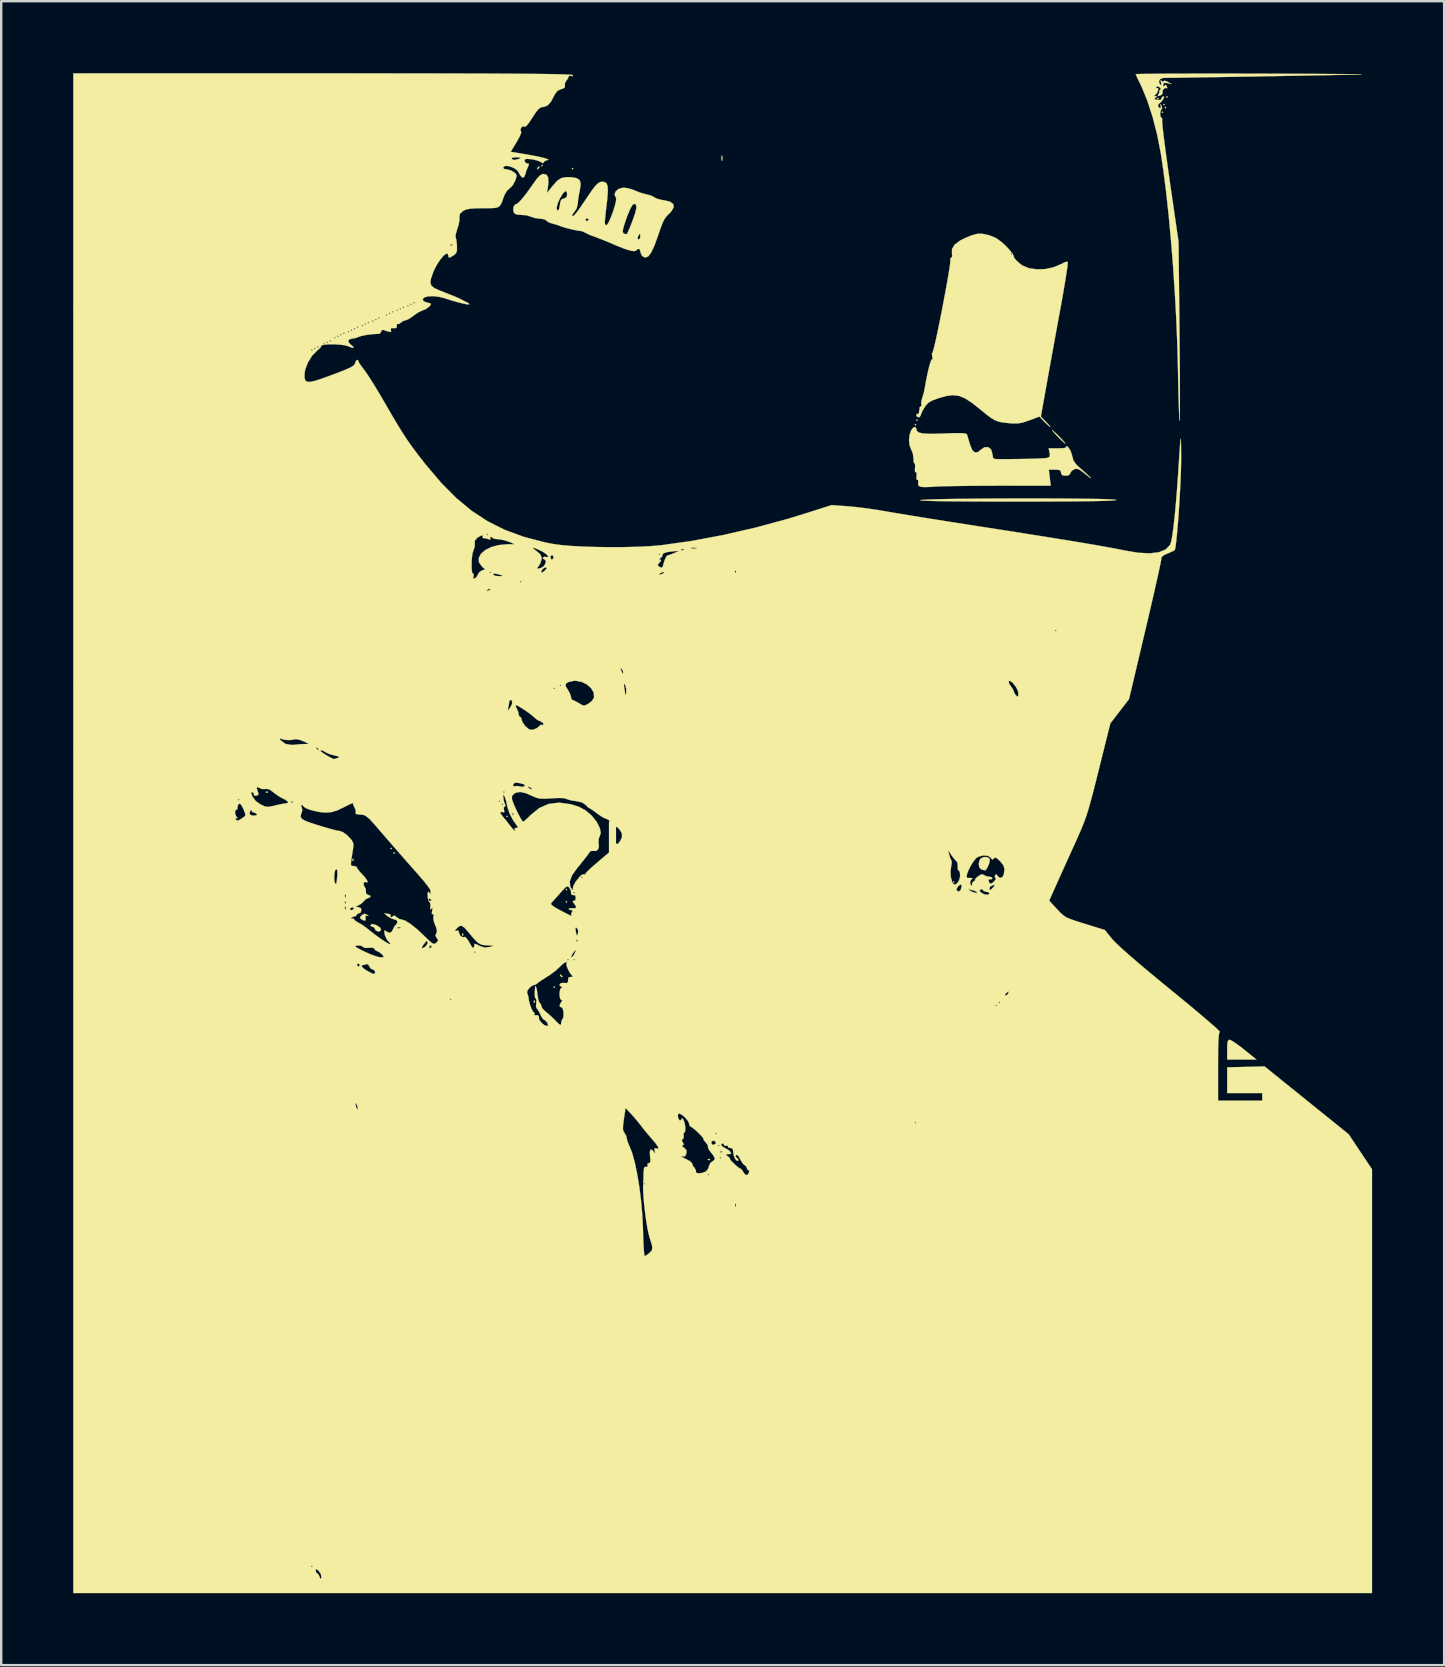
<source format=kicad_pcb>
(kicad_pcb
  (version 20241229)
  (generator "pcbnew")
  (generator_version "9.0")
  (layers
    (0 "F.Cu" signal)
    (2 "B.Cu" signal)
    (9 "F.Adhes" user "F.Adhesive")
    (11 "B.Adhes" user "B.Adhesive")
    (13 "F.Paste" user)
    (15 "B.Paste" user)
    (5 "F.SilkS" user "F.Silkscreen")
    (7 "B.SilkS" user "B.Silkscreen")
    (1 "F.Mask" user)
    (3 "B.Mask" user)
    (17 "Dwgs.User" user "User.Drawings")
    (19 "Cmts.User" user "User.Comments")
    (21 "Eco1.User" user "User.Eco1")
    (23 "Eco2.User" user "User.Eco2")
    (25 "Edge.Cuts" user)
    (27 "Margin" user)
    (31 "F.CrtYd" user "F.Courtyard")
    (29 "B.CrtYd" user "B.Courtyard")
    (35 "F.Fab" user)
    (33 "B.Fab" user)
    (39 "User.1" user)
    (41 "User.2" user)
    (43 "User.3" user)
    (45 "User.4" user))
  (footprint "vaporgrannie"
    (layer "F.Cu")
    (at 26.929 31.565)
    (property "Reference" "vaporgrannie" (at 0 0 0) (layer "F.SilkS") (effects (font (size 1.524 1.524) (thickness 0.3))))
    (attr through_hole)
    (fp_poly (pts (xy -13.652 0.73) (xy -13.684 0.762) (xy -13.716 0.73) (xy -13.684 0.699) (xy -13.652 0.73)) (stroke (width 0.01) (type solid)) (fill yes) (layer "F.SilkS"))
    (fp_poly (pts (xy -13.525 0.921) (xy -13.557 0.953) (xy -13.589 0.921) (xy -13.557 0.889) (xy -13.525 0.921)) (stroke (width 0.01) (type solid)) (fill yes) (layer "F.SilkS"))
    (fp_poly (pts (xy -8.826 -0.603) (xy -8.858 -0.572) (xy -8.89 -0.603) (xy -8.858 -0.635) (xy -8.826 -0.603)) (stroke (width 0.01) (type solid)) (fill yes) (layer "F.SilkS"))
    (fp_poly (pts (xy -7.366 -27.718) (xy -7.398 -27.686) (xy -7.429 -27.718) (xy -7.398 -27.75) (xy -7.366 -27.718)) (stroke (width 0.01) (type solid)) (fill yes) (layer "F.SilkS"))
    (fp_poly (pts (xy -6.858 6.509) (xy -6.89 6.54) (xy -6.921 6.509) (xy -6.89 6.477) (xy -6.858 6.509)) (stroke (width 0.01) (type solid)) (fill yes) (layer "F.SilkS"))
    (fp_poly (pts (xy -6.35 2.445) (xy -6.382 2.477) (xy -6.413 2.445) (xy -6.382 2.413) (xy -6.35 2.445)) (stroke (width 0.01) (type solid)) (fill yes) (layer "F.SilkS"))
    (fp_poly (pts (xy -6.35 2.953) (xy -6.382 2.985) (xy -6.413 2.953) (xy -6.382 2.921) (xy -6.35 2.953)) (stroke (width 0.01) (type solid)) (fill yes) (layer "F.SilkS"))
    (fp_poly (pts (xy -6.096 -27.591) (xy -6.128 -27.559) (xy -6.16 -27.591) (xy -6.128 -27.622) (xy -6.096 -27.591)) (stroke (width 0.01) (type solid)) (fill yes) (layer "F.SilkS"))
    (fp_poly (pts (xy 8.191 -16.923) (xy 8.16 -16.891) (xy 8.128 -16.923) (xy 8.16 -16.954) (xy 8.191 -16.923)) (stroke (width 0.01) (type solid)) (fill yes) (layer "F.SilkS"))
    (fp_poly (pts (xy 8.255 -17.113) (xy 8.223 -17.081) (xy 8.191 -17.113) (xy 8.223 -17.145) (xy 8.255 -17.113)) (stroke (width 0.01) (type solid)) (fill yes) (layer "F.SilkS"))
    (fp_poly (pts (xy 9.779 2.127) (xy 9.747 2.159) (xy 9.716 2.127) (xy 9.747 2.095) (xy 9.779 2.127)) (stroke (width 0.01) (type solid)) (fill yes) (layer "F.SilkS"))
    (fp_poly (pts (xy 18.288 -30.512) (xy 18.256 -30.48) (xy 18.224 -30.512) (xy 18.256 -30.544) (xy 18.288 -30.512)) (stroke (width 0.01) (type solid)) (fill yes) (layer "F.SilkS"))
    (fp_poly (pts (xy 18.479 -29.94) (xy 18.447 -29.909) (xy 18.415 -29.94) (xy 18.447 -29.972) (xy 18.479 -29.94)) (stroke (width 0.01) (type solid)) (fill yes) (layer "F.SilkS"))
    (fp_poly (pts (xy 18.542 -30.258) (xy 18.51 -30.226) (xy 18.479 -30.258) (xy 18.51 -30.29) (xy 18.542 -30.258)) (stroke (width 0.01) (type solid)) (fill yes) (layer "F.SilkS"))
    (fp_poly (pts (xy 18.605 -30.131) (xy 18.574 -30.099) (xy 18.542 -30.131) (xy 18.574 -30.163) (xy 18.605 -30.131)) (stroke (width 0.01) (type solid)) (fill yes) (layer "F.SilkS"))
    (fp_poly (pts (xy 18.669 -30.575) (xy 18.637 -30.544) (xy 18.605 -30.575) (xy 18.637 -30.607) (xy 18.669 -30.575)) (stroke (width 0.01) (type solid)) (fill yes) (layer "F.SilkS"))
    (fp_poly (pts (xy -18.817 -1.63) (xy -18.826 -1.592) (xy -18.86 -1.587) (xy -18.912 -1.611) (xy -18.902 -1.63) (xy -18.826 -1.637) (xy -18.817 -1.63)) (stroke (width 0.01) (type solid)) (fill yes) (layer "F.SilkS"))
    (fp_poly (pts (xy -15.261 1.164) (xy -15.254 1.24) (xy -15.261 1.249) (xy -15.299 1.24) (xy -15.303 1.206) (xy -15.28 1.154) (xy -15.261 1.164)) (stroke (width 0.01) (type solid)) (fill yes) (layer "F.SilkS"))
    (fp_poly (pts (xy -10.689 4.276) (xy -10.682 4.351) (xy -10.689 4.36) (xy -10.727 4.352) (xy -10.732 4.318) (xy -10.708 4.266) (xy -10.689 4.276)) (stroke (width 0.01) (type solid)) (fill yes) (layer "F.SilkS"))
    (fp_poly (pts (xy -7.705 7.07) (xy -7.697 7.145) (xy -7.705 7.154) (xy -7.742 7.146) (xy -7.747 7.112) (xy -7.724 7.06) (xy -7.705 7.07)) (stroke (width 0.01) (type solid)) (fill yes) (layer "F.SilkS"))
    (fp_poly (pts (xy -0.402 13.674) (xy -0.411 13.711) (xy -0.445 13.716) (xy -0.497 13.693) (xy -0.487 13.674) (xy -0.411 13.666) (xy -0.402 13.674)) (stroke (width 0.01) (type solid)) (fill yes) (layer "F.SilkS"))
    (fp_poly (pts (xy -6.614 5.995) (xy -6.546 6.059) (xy -6.56 6.095) (xy -6.569 6.096) (xy -6.622 6.051) (xy -6.642 6.023) (xy -6.649 5.979) (xy -6.614 5.995)) (stroke (width 0.01) (type solid)) (fill yes) (layer "F.SilkS"))
    (fp_poly (pts (xy -7.513 -27.645) (xy -7.525 -27.622) (xy -7.585 -27.562) (xy -7.596 -27.559) (xy -7.6 -27.6) (xy -7.588 -27.622) (xy -7.528 -27.683) (xy -7.517 -27.686) (xy -7.513 -27.645)) (stroke (width 0.01) (type solid)) (fill yes) (layer "F.SilkS"))
    (fp_poly (pts (xy 0.104 -28.124) (xy 0.108 -28.113) (xy 0.117 -27.975) (xy 0.105 -27.923) (xy 0.084 -27.921) (xy 0.076 -28.02) (xy 0.076 -28.035) (xy 0.085 -28.134) (xy 0.104 -28.124)) (stroke (width 0.01) (type solid)) (fill yes) (layer "F.SilkS"))
    (fp_poly (pts (xy 21.332 8.738) (xy 21.492 8.84) (xy 21.698 8.99) (xy 21.853 9.112) (xy 22.365 9.525) (xy 21.145 9.525) (xy 21.145 9.112) (xy 21.151 8.882) (xy 21.173 8.754) (xy 21.217 8.704) (xy 21.244 8.7) (xy 21.332 8.738)) (stroke (width 0.01) (type solid)) (fill yes) (layer "F.SilkS"))
    (fp_poly (pts (xy 13.906 -16.659) (xy 14.024 -16.55) (xy 14.161 -16.415) (xy 14.3 -16.268) (xy 14.389 -16.165) (xy 14.409 -16.129) (xy 14.352 -16.171) (xy 14.233 -16.28) (xy 14.097 -16.415) (xy 13.958 -16.561) (xy 13.868 -16.665) (xy 13.848 -16.701) (xy 13.906 -16.659)) (stroke (width 0.01) (type solid)) (fill yes) (layer "F.SilkS"))
    (fp_poly (pts (xy -14.379 3.898) (xy -14.259 3.947) (xy -14.136 4.035) (xy -14.102 4.124) (xy -14.162 4.183) (xy -14.224 4.191) (xy -14.327 4.151) (xy -14.351 4.096) (xy -14.402 4.012) (xy -14.446 4) (xy -14.531 3.966) (xy -14.541 3.937) (xy -14.503 3.879) (xy -14.379 3.898)) (stroke (width 0.01) (type solid)) (fill yes) (layer "F.SilkS"))
    (fp_poly (pts (xy -14.697 3.487) (xy -14.691 3.49) (xy -14.623 3.541) (xy -14.666 3.537) (xy -14.677 3.534) (xy -14.752 3.537) (xy -14.749 3.624) (xy -14.75 3.727) (xy -14.831 3.732) (xy -14.922 3.684) (xy -14.983 3.626) (xy -14.948 3.556) (xy -14.913 3.52) (xy -14.808 3.451) (xy -14.697 3.487)) (stroke (width 0.01) (type solid)) (fill yes) (layer "F.SilkS"))
    (fp_poly (pts (xy 11.14 1.09) (xy 11.24 1.155) (xy 11.256 1.191) (xy 11.246 1.3) (xy 11.196 1.444) (xy 11.129 1.574) (xy 11.065 1.642) (xy 11.051 1.644) (xy 10.967 1.623) (xy 10.906 1.607) (xy 10.825 1.53) (xy 10.795 1.388) (xy 10.82 1.237) (xy 10.871 1.156) (xy 10.999 1.088) (xy 11.14 1.09)) (stroke (width 0.01) (type solid)) (fill yes) (layer "F.SilkS"))
    (fp_poly (pts (xy 13.271 -13.849) (xy 13.876 -13.848) (xy 14.45 -13.845) (xy 14.98 -13.84) (xy 15.453 -13.834) (xy 15.856 -13.827) (xy 16.175 -13.818) (xy 16.399 -13.807) (xy 16.513 -13.795) (xy 16.524 -13.791) (xy 16.492 -13.776) (xy 16.361 -13.763) (xy 16.127 -13.752) (xy 15.788 -13.743) (xy 15.339 -13.735) (xy 14.777 -13.729) (xy 14.099 -13.725) (xy 13.301 -13.722) (xy 12.443 -13.721) (xy 11.582 -13.721) (xy 10.812 -13.723) (xy 10.138 -13.727) (xy 9.564 -13.732) (xy 9.096 -13.739) (xy 8.737 -13.748) (xy 8.494 -13.758) (xy 8.369 -13.769) (xy 8.354 -13.777) (xy 8.429 -13.79) (xy 8.618 -13.802) (xy 8.907 -13.812) (xy 9.284 -13.822) (xy 9.735 -13.83) (xy 10.248 -13.836) (xy 10.809 -13.842) (xy 11.405 -13.846) (xy 12.023 -13.848) (xy 12.649 -13.85) (xy 13.271 -13.849)) (stroke (width 0.01) (type solid)) (fill yes) (layer "F.SilkS"))
    (fp_poly (pts (xy 8.189 -16.778) (xy 8.191 -16.755) (xy 8.213 -16.667) (xy 8.286 -16.604) (xy 8.427 -16.564) (xy 8.65 -16.545) (xy 8.971 -16.544) (xy 9.349 -16.555) (xy 9.721 -16.569) (xy 9.985 -16.572) (xy 10.158 -16.566) (xy 10.258 -16.548) (xy 10.304 -16.517) (xy 10.31 -16.504) (xy 10.343 -16.394) (xy 10.396 -16.213) (xy 10.43 -16.097) (xy 10.524 -15.868) (xy 10.635 -15.764) (xy 10.764 -15.783) (xy 10.867 -15.869) (xy 11.036 -15.985) (xy 11.195 -15.987) (xy 11.314 -15.886) (xy 11.366 -15.693) (xy 11.367 -15.672) (xy 11.394 -15.532) (xy 11.478 -15.491) (xy 11.721 -15.487) (xy 12.025 -15.488) (xy 12.363 -15.491) (xy 12.708 -15.497) (xy 13.035 -15.505) (xy 13.316 -15.514) (xy 13.525 -15.525) (xy 13.636 -15.536) (xy 13.64 -15.536) (xy 13.741 -15.583) (xy 13.76 -15.678) (xy 13.746 -15.756) (xy 13.706 -15.938) (xy 14.096 -15.938) (xy 14.315 -15.945) (xy 14.425 -15.967) (xy 14.443 -16.009) (xy 14.439 -16.018) (xy 14.444 -16.041) (xy 14.52 -15.985) (xy 14.523 -15.984) (xy 14.617 -15.846) (xy 14.68 -15.654) (xy 14.686 -15.622) (xy 14.745 -15.418) (xy 14.881 -15.239) (xy 14.962 -15.164) (xy 15.164 -14.987) (xy 15.322 -14.843) (xy 15.426 -14.742) (xy 15.466 -14.694) (xy 15.434 -14.709) (xy 15.319 -14.798) (xy 15.284 -14.827) (xy 15.089 -14.981) (xy 14.959 -15.064) (xy 14.865 -15.088) (xy 14.777 -15.067) (xy 14.76 -15.059) (xy 14.644 -14.974) (xy 14.605 -14.892) (xy 14.55 -14.816) (xy 14.415 -14.796) (xy 14.275 -14.815) (xy 14.226 -14.89) (xy 14.224 -14.922) (xy 14.203 -15.006) (xy 14.117 -15.042) (xy 13.969 -15.05) (xy 13.715 -15.05) (xy 13.793 -14.383) (xy 11.58 -14.381) (xy 11.041 -14.379) (xy 10.526 -14.376) (xy 10.052 -14.37) (xy 9.637 -14.364) (xy 9.299 -14.356) (xy 9.058 -14.348) (xy 8.954 -14.342) (xy 8.713 -14.326) (xy 8.505 -14.324) (xy 8.391 -14.333) (xy 8.282 -14.382) (xy 8.268 -14.493) (xy 8.271 -14.513) (xy 8.273 -14.616) (xy 8.237 -14.626) (xy 8.2 -14.649) (xy 8.202 -14.775) (xy 8.203 -14.783) (xy 8.208 -14.911) (xy 8.175 -14.944) (xy 8.171 -14.942) (xy 8.137 -14.967) (xy 8.138 -15.091) (xy 8.14 -15.104) (xy 8.146 -15.241) (xy 8.122 -15.303) (xy 8.119 -15.303) (xy 8.087 -15.359) (xy 8.076 -15.496) (xy 8.077 -15.521) (xy 8.048 -15.729) (xy 7.972 -15.911) (xy 7.907 -16.083) (xy 7.891 -16.294) (xy 7.917 -16.509) (xy 7.979 -16.691) (xy 8.07 -16.806) (xy 8.136 -16.828) (xy 8.189 -16.778)) (stroke (width 0.01) (type solid)) (fill yes) (layer "F.SilkS"))
    (fp_poly (pts (xy 11.132 -24.839) (xy 11.276 -24.799) (xy 11.522 -24.694) (xy 11.764 -24.518) (xy 11.926 -24.365) (xy 12.085 -24.194) (xy 12.198 -24.054) (xy 12.243 -23.971) (xy 12.243 -23.965) (xy 12.272 -23.874) (xy 12.379 -23.746) (xy 12.537 -23.611) (xy 12.636 -23.543) (xy 12.889 -23.443) (xy 13.211 -23.396) (xy 13.553 -23.405) (xy 13.86 -23.468) (xy 14.075 -23.547) (xy 14.259 -23.628) (xy 14.329 -23.667) (xy 14.446 -23.715) (xy 14.503 -23.697) (xy 14.501 -23.621) (xy 14.479 -23.437) (xy 14.438 -23.162) (xy 14.382 -22.812) (xy 14.312 -22.405) (xy 14.232 -21.956) (xy 14.228 -21.931) (xy 14.094 -21.2) (xy 13.98 -20.578) (xy 13.884 -20.05) (xy 13.802 -19.6) (xy 13.732 -19.214) (xy 13.671 -18.875) (xy 13.616 -18.567) (xy 13.564 -18.277) (xy 13.517 -18.013) (xy 13.383 -17.262) (xy 13.594 -17.045) (xy 13.71 -16.919) (xy 13.771 -16.841) (xy 13.773 -16.828) (xy 13.714 -16.869) (xy 13.6 -16.975) (xy 13.531 -17.044) (xy 13.321 -17.261) (xy 12.9 -17.103) (xy 12.645 -17.016) (xy 12.437 -16.976) (xy 12.212 -16.974) (xy 12.034 -16.989) (xy 11.802 -17.015) (xy 11.624 -17.049) (xy 11.469 -17.107) (xy 11.309 -17.203) (xy 11.111 -17.352) (xy 10.848 -17.568) (xy 10.507 -17.837) (xy 10.223 -18.02) (xy 9.97 -18.122) (xy 9.718 -18.153) (xy 9.442 -18.118) (xy 9.112 -18.025) (xy 9.107 -18.023) (xy 8.863 -17.933) (xy 8.703 -17.841) (xy 8.588 -17.722) (xy 8.535 -17.643) (xy 8.441 -17.478) (xy 8.387 -17.347) (xy 8.382 -17.316) (xy 8.331 -17.24) (xy 8.287 -17.23) (xy 8.202 -17.277) (xy 8.191 -17.318) (xy 8.225 -17.375) (xy 8.255 -17.367) (xy 8.3 -17.392) (xy 8.318 -17.517) (xy 8.319 -17.526) (xy 8.335 -17.654) (xy 8.378 -17.687) (xy 8.381 -17.685) (xy 8.417 -17.695) (xy 8.406 -17.746) (xy 8.4 -17.875) (xy 8.435 -18.019) (xy 8.498 -18.219) (xy 8.534 -18.383) (xy 8.597 -18.738) (xy 8.662 -19.061) (xy 8.726 -19.332) (xy 8.783 -19.529) (xy 8.827 -19.632) (xy 8.845 -19.642) (xy 8.875 -19.662) (xy 8.858 -19.748) (xy 8.844 -19.874) (xy 8.869 -19.931) (xy 8.897 -20.003) (xy 8.944 -20.182) (xy 9.005 -20.447) (xy 9.077 -20.782) (xy 9.156 -21.166) (xy 9.239 -21.581) (xy 9.321 -22.009) (xy 9.4 -22.429) (xy 9.472 -22.824) (xy 9.533 -23.175) (xy 9.579 -23.463) (xy 9.607 -23.668) (xy 9.614 -23.772) (xy 9.612 -23.779) (xy 9.615 -23.862) (xy 9.646 -23.876) (xy 9.69 -23.928) (xy 9.68 -24.028) (xy 9.68 -24.035) (xy 12.129 -24.035) (xy 12.16 -24.003) (xy 12.192 -24.035) (xy 12.16 -24.067) (xy 12.129 -24.035) (xy 9.68 -24.035) (xy 9.679 -24.237) (xy 9.79 -24.424) (xy 10.019 -24.595) (xy 10.251 -24.709) (xy 10.526 -24.819) (xy 10.734 -24.874) (xy 10.921 -24.88) (xy 11.132 -24.839)) (stroke (width 0.01) (type solid)) (fill yes) (layer "F.SilkS"))
    (fp_poly (pts (xy 21.308 -31.549) (xy 22.079 -31.547) (xy 22.273 -31.547) (xy 23.038 -31.544) (xy 23.756 -31.542) (xy 24.417 -31.539) (xy 25.013 -31.536) (xy 25.535 -31.532) (xy 25.976 -31.529) (xy 26.327 -31.525) (xy 26.579 -31.522) (xy 26.723 -31.518) (xy 26.752 -31.515) (xy 26.733 -31.514) (xy 26.611 -31.51) (xy 26.375 -31.505) (xy 26.039 -31.498) (xy 25.617 -31.49) (xy 25.122 -31.48) (xy 24.569 -31.47) (xy 23.97 -31.459) (xy 23.34 -31.448) (xy 22.691 -31.437) (xy 22.038 -31.425) (xy 21.394 -31.414) (xy 20.773 -31.404) (xy 20.189 -31.395) (xy 19.654 -31.386) (xy 19.183 -31.379) (xy 18.79 -31.373) (xy 18.492 -31.37) (xy 18.359 -31.325) (xy 18.3 -31.223) (xy 18.337 -31.108) (xy 18.35 -31.095) (xy 18.401 -31.063) (xy 18.398 -31.131) (xy 18.386 -31.178) (xy 18.368 -31.276) (xy 18.398 -31.258) (xy 18.403 -31.251) (xy 18.465 -31.206) (xy 18.487 -31.23) (xy 18.553 -31.254) (xy 18.669 -31.205) (xy 18.828 -31.114) (xy 18.653 -31.153) (xy 18.526 -31.166) (xy 18.482 -31.114) (xy 18.479 -31.074) (xy 18.492 -31) (xy 18.534 -31.041) (xy 18.586 -31.085) (xy 18.632 -31.011) (xy 18.632 -31.011) (xy 18.649 -30.938) (xy 18.631 -30.942) (xy 18.555 -30.95) (xy 18.477 -30.889) (xy 18.448 -30.805) (xy 18.456 -30.783) (xy 18.446 -30.701) (xy 18.407 -30.664) (xy 18.292 -30.611) (xy 18.249 -30.631) (xy 18.288 -30.702) (xy 18.329 -30.779) (xy 18.312 -30.798) (xy 18.304 -30.825) (xy 18.339 -30.852) (xy 18.386 -30.91) (xy 18.328 -30.981) (xy 18.24 -31.026) (xy 18.189 -30.981) (xy 18.178 -30.935) (xy 18.215 -30.95) (xy 18.267 -30.944) (xy 18.268 -30.86) (xy 18.211 -30.723) (xy 18.156 -30.666) (xy 18.099 -30.619) (xy 18.157 -30.607) (xy 18.161 -30.607) (xy 18.224 -30.597) (xy 18.177 -30.554) (xy 18.161 -30.544) (xy 18.11 -30.491) (xy 18.129 -30.476) (xy 18.244 -30.46) (xy 18.302 -30.449) (xy 18.387 -30.461) (xy 18.397 -30.494) (xy 18.434 -30.571) (xy 18.469 -30.591) (xy 18.521 -30.593) (xy 18.499 -30.52) (xy 18.481 -30.484) (xy 18.389 -30.363) (xy 18.32 -30.312) (xy 18.261 -30.235) (xy 18.267 -30.189) (xy 18.328 -30.106) (xy 18.379 -30.12) (xy 18.375 -30.21) (xy 18.358 -30.282) (xy 18.396 -30.241) (xy 18.406 -30.227) (xy 18.437 -30.112) (xy 18.412 -30.071) (xy 18.367 -29.975) (xy 18.353 -29.847) (xy 18.373 -29.744) (xy 18.406 -29.718) (xy 18.439 -29.666) (xy 18.435 -29.575) (xy 18.439 -29.482) (xy 18.459 -29.278) (xy 18.494 -28.977) (xy 18.542 -28.594) (xy 18.602 -28.144) (xy 18.671 -27.641) (xy 18.748 -27.1) (xy 18.764 -26.988) (xy 19.119 -24.543) (xy 19.158 -20.812) (xy 19.164 -20.137) (xy 19.17 -19.501) (xy 19.173 -18.916) (xy 19.175 -18.392) (xy 19.176 -17.94) (xy 19.175 -17.572) (xy 19.173 -17.299) (xy 19.169 -17.132) (xy 19.164 -17.081) (xy 19.155 -17.143) (xy 19.145 -17.316) (xy 19.134 -17.587) (xy 19.123 -17.94) (xy 19.112 -18.362) (xy 19.102 -18.837) (xy 19.095 -19.193) (xy 19.068 -20.234) (xy 19.024 -21.319) (xy 18.963 -22.425) (xy 18.889 -23.532) (xy 18.802 -24.617) (xy 18.705 -25.659) (xy 18.599 -26.636) (xy 18.485 -27.527) (xy 18.38 -28.226) (xy 18.229 -28.997) (xy 18.038 -29.742) (xy 17.814 -30.429) (xy 17.568 -31.028) (xy 17.494 -31.179) (xy 17.407 -31.357) (xy 17.349 -31.485) (xy 17.335 -31.526) (xy 17.397 -31.531) (xy 17.577 -31.535) (xy 17.864 -31.539) (xy 18.249 -31.543) (xy 18.722 -31.546) (xy 19.274 -31.547) (xy 19.896 -31.549) (xy 20.577 -31.549) (xy 21.308 -31.549)) (stroke (width 0.01) (type solid)) (fill yes) (layer "F.SilkS"))
    (fp_poly (pts (xy -7.207 -27.332) (xy -7.141 -27.212) (xy -7.134 -26.996) (xy -7.149 -26.865) (xy -7.191 -26.575) (xy -6.951 -26.878) (xy -6.77 -27.082) (xy -6.6 -27.195) (xy -6.396 -27.236) (xy -6.161 -27.23) (xy -5.946 -27.192) (xy -5.825 -27.105) (xy -5.787 -26.949) (xy -5.821 -26.702) (xy -5.831 -26.658) (xy -5.876 -26.428) (xy -5.903 -26.219) (xy -5.906 -26.136) (xy -5.952 -25.94) (xy -6.042 -25.803) (xy -6.127 -25.691) (xy -6.145 -25.619) (xy -6.143 -25.616) (xy -6.108 -25.61) (xy -6.05 -25.653) (xy -5.96 -25.759) (xy -5.828 -25.94) (xy -5.644 -26.209) (xy -5.505 -26.416) (xy -5.312 -26.697) (xy -5.166 -26.884) (xy -5.053 -26.991) (xy -4.959 -27.036) (xy -4.944 -27.038) (xy -4.806 -27.038) (xy -4.716 -26.986) (xy -4.667 -26.867) (xy -4.656 -26.664) (xy -4.677 -26.361) (xy -4.697 -26.176) (xy -4.739 -25.819) (xy -4.766 -25.569) (xy -4.78 -25.405) (xy -4.78 -25.309) (xy -4.768 -25.259) (xy -4.743 -25.238) (xy -4.725 -25.23) (xy -4.671 -25.273) (xy -4.597 -25.406) (xy -4.514 -25.6) (xy -4.433 -25.824) (xy -4.364 -26.044) (xy -4.319 -26.231) (xy -4.309 -26.353) (xy -4.318 -26.378) (xy -4.378 -26.506) (xy -4.335 -26.636) (xy -4.213 -26.742) (xy -4.031 -26.795) (xy -3.984 -26.797) (xy -3.8 -26.769) (xy -3.584 -26.701) (xy -3.528 -26.676) (xy -3.305 -26.588) (xy -3.077 -26.524) (xy -3.034 -26.515) (xy -2.856 -26.467) (xy -2.727 -26.402) (xy -2.715 -26.392) (xy -2.606 -26.336) (xy -2.423 -26.289) (xy -2.324 -26.274) (xy -2.07 -26.216) (xy -1.932 -26.114) (xy -1.914 -25.975) (xy -2.017 -25.803) (xy -2.088 -25.73) (xy -2.199 -25.618) (xy -2.285 -25.506) (xy -2.36 -25.365) (xy -2.44 -25.166) (xy -2.538 -24.881) (xy -2.567 -24.793) (xy -2.713 -24.39) (xy -2.845 -24.107) (xy -2.968 -23.94) (xy -3.086 -23.883) (xy -3.203 -23.931) (xy -3.226 -23.952) (xy -3.293 -24.08) (xy -3.302 -24.143) (xy -3.339 -24.243) (xy -3.418 -24.24) (xy -3.463 -24.19) (xy -3.544 -24.151) (xy -3.708 -24.171) (xy -3.964 -24.251) (xy -4.319 -24.392) (xy -4.445 -24.447) (xy -4.719 -24.563) (xy -4.981 -24.669) (xy -5.055 -24.697) (xy -3.425 -24.697) (xy -3.387 -24.64) (xy -3.365 -24.638) (xy -3.316 -24.692) (xy -3.303 -24.781) (xy -3.313 -24.874) (xy -3.35 -24.851) (xy -3.365 -24.828) (xy -3.425 -24.697) (xy -5.055 -24.697) (xy -5.187 -24.747) (xy -5.239 -24.764) (xy -5.421 -24.832) (xy -5.56 -24.901) (xy -5.582 -24.916) (xy -5.632 -24.939) (xy -4.032 -24.939) (xy -3.998 -24.89) (xy -3.997 -24.89) (xy -3.899 -24.857) (xy -3.87 -24.863) (xy -3.83 -24.93) (xy -3.76 -25.088) (xy -3.67 -25.309) (xy -3.625 -25.428) (xy -3.517 -25.74) (xy -3.468 -25.949) (xy -3.476 -26.066) (xy -3.478 -26.071) (xy -3.545 -26.13) (xy -3.625 -26.082) (xy -3.72 -25.922) (xy -3.836 -25.646) (xy -3.9 -25.467) (xy -3.987 -25.204) (xy -4.03 -25.036) (xy -4.032 -24.939) (xy -5.632 -24.939) (xy -5.719 -24.979) (xy -5.804 -24.994) (xy -5.961 -25.017) (xy -6.181 -25.064) (xy -6.412 -25.123) (xy -6.6 -25.181) (xy -6.67 -25.209) (xy -6.799 -25.256) (xy -6.974 -25.302) (xy -6.976 -25.303) (xy -7.126 -25.354) (xy -7.21 -25.418) (xy -7.213 -25.423) (xy -7.275 -25.463) (xy -5.588 -25.463) (xy -5.54 -25.402) (xy -5.524 -25.4) (xy -5.463 -25.448) (xy -5.461 -25.463) (xy -5.509 -25.525) (xy -5.524 -25.527) (xy -5.586 -25.479) (xy -5.588 -25.463) (xy -7.275 -25.463) (xy -7.289 -25.473) (xy -7.441 -25.502) (xy -7.483 -25.504) (xy -7.688 -25.531) (xy -7.866 -25.587) (xy -7.878 -25.594) (xy -8.05 -25.647) (xy -8.252 -25.662) (xy -8.26 -25.662) (xy -8.442 -25.675) (xy -8.558 -25.731) (xy -8.559 -25.733) (xy -8.597 -25.843) (xy -8.59 -25.949) (xy -6.792 -25.949) (xy -6.768 -25.856) (xy -6.735 -25.845) (xy -6.692 -25.901) (xy -6.66 -26.04) (xy -6.655 -26.083) (xy -6.626 -26.248) (xy -6.559 -26.323) (xy -6.493 -26.341) (xy -6.38 -26.396) (xy -6.35 -26.521) (xy -6.374 -26.639) (xy -6.439 -26.646) (xy -6.535 -26.548) (xy -6.652 -26.352) (xy -6.752 -26.121) (xy -6.792 -25.949) (xy -8.59 -25.949) (xy -8.589 -25.977) (xy -8.542 -26.078) (xy -8.499 -26.099) (xy -8.401 -26.152) (xy -8.25 -26.307) (xy -8.054 -26.552) (xy -7.821 -26.878) (xy -7.801 -26.908) (xy -7.631 -27.147) (xy -7.503 -27.291) (xy -7.4 -27.358) (xy -7.339 -27.369) (xy -7.207 -27.332)) (stroke (width 0.01) (type solid)) (fill yes) (layer "F.SilkS"))
    (fp_poly (pts (xy -15.122 -31.559) (xy -13.821 -31.559) (xy -12.639 -31.557) (xy -11.571 -31.556) (xy -10.613 -31.553) (xy -9.761 -31.551) (xy -9.01 -31.547) (xy -8.357 -31.543) (xy -7.796 -31.538) (xy -7.324 -31.533) (xy -6.937 -31.527) (xy -6.63 -31.52) (xy -6.4 -31.512) (xy -6.241 -31.503) (xy -6.149 -31.494) (xy -6.121 -31.485) (xy -6.118 -31.438) (xy -6.181 -31.451) (xy -6.269 -31.456) (xy -6.287 -31.426) (xy -6.327 -31.332) (xy -6.384 -31.263) (xy -6.448 -31.137) (xy -6.446 -31.053) (xy -6.451 -30.965) (xy -6.554 -30.913) (xy -6.598 -30.903) (xy -6.754 -30.834) (xy -6.871 -30.678) (xy -6.896 -30.625) (xy -7.032 -30.371) (xy -7.165 -30.223) (xy -7.313 -30.163) (xy -7.36 -30.16) (xy -7.457 -30.139) (xy -7.554 -30.064) (xy -7.67 -29.915) (xy -7.803 -29.71) (xy -7.945 -29.498) (xy -8.054 -29.366) (xy -8.119 -29.328) (xy -8.126 -29.334) (xy -8.189 -29.362) (xy -8.257 -29.303) (xy -8.305 -29.202) (xy -8.274 -29.158) (xy -8.267 -29.081) (xy -8.336 -28.914) (xy -8.455 -28.702) (xy -8.704 -28.29) (xy -8.051 -28.183) (xy -7.738 -28.127) (xy -7.473 -28.071) (xy -7.273 -28.021) (xy -7.154 -27.98) (xy -7.133 -27.952) (xy -7.186 -27.944) (xy -7.293 -27.899) (xy -7.319 -27.861) (xy -7.36 -27.813) (xy -7.441 -27.861) (xy -7.561 -27.917) (xy -7.748 -27.966) (xy -7.833 -27.98) (xy -8.015 -27.998) (xy -8.103 -27.982) (xy -8.128 -27.926) (xy -8.128 -27.917) (xy -8.081 -27.827) (xy -8.033 -27.813) (xy -7.951 -27.797) (xy -7.953 -27.728) (xy -7.997 -27.638) (xy -8.056 -27.49) (xy -8.093 -27.355) (xy -8.15 -27.233) (xy -8.232 -27.225) (xy -8.319 -27.328) (xy -8.355 -27.409) (xy -8.438 -27.524) (xy -8.578 -27.62) (xy -8.739 -27.684) (xy -8.888 -27.707) (xy -8.991 -27.678) (xy -9.017 -27.617) (xy -8.963 -27.573) (xy -8.865 -27.559) (xy -8.703 -27.519) (xy -8.569 -27.442) (xy -8.48 -27.36) (xy -8.457 -27.28) (xy -8.492 -27.152) (xy -8.521 -27.077) (xy -8.615 -26.904) (xy -8.726 -26.783) (xy -8.755 -26.766) (xy -8.863 -26.664) (xy -8.965 -26.484) (xy -8.991 -26.417) (xy -9.064 -26.21) (xy -9.128 -26.074) (xy -9.21 -25.994) (xy -9.336 -25.955) (xy -9.534 -25.943) (xy -9.831 -25.941) (xy -9.851 -25.941) (xy -10.175 -25.936) (xy -10.401 -25.919) (xy -10.557 -25.887) (xy -10.672 -25.836) (xy -10.693 -25.823) (xy -10.819 -25.709) (xy -10.839 -25.588) (xy -10.836 -25.575) (xy -10.837 -25.442) (xy -10.877 -25.245) (xy -10.919 -25.108) (xy -10.977 -24.919) (xy -11.004 -24.782) (xy -11 -24.737) (xy -10.975 -24.657) (xy -10.952 -24.495) (xy -10.944 -24.39) (xy -10.941 -24.193) (xy -10.973 -24.077) (xy -11.054 -23.995) (xy -11.08 -23.978) (xy -11.22 -23.895) (xy -11.285 -23.889) (xy -11.303 -23.96) (xy -11.303 -23.971) (xy -11.332 -24.051) (xy -11.407 -24.038) (xy -11.516 -23.947) (xy -11.641 -23.796) (xy -11.77 -23.602) (xy -11.886 -23.382) (xy -11.942 -23.246) (xy -12.024 -23.008) (xy -12.051 -22.839) (xy -12.008 -22.715) (xy -11.881 -22.613) (xy -11.656 -22.509) (xy -11.462 -22.433) (xy -11.204 -22.332) (xy -10.984 -22.242) (xy -10.835 -22.177) (xy -10.795 -22.156) (xy -10.662 -22.085) (xy -10.548 -22.033) (xy -10.447 -21.974) (xy -10.428 -21.936) (xy -10.505 -21.934) (xy -10.675 -21.966) (xy -10.91 -22.025) (xy -11.184 -22.104) (xy -11.448 -22.19) (xy -11.694 -22.252) (xy -11.941 -22.277) (xy -12.157 -22.266) (xy -12.311 -22.221) (xy -12.369 -22.154) (xy -12.336 -22.067) (xy -12.189 -22.012) (xy -12.185 -22.011) (xy -12.052 -21.978) (xy -12.026 -21.935) (xy -12.089 -21.853) (xy -12.092 -21.849) (xy -12.241 -21.738) (xy -12.366 -21.687) (xy -12.517 -21.621) (xy -12.698 -21.505) (xy -12.756 -21.459) (xy -12.915 -21.346) (xy -13.05 -21.28) (xy -13.088 -21.273) (xy -13.215 -21.227) (xy -13.271 -21.178) (xy -13.362 -21.116) (xy -13.41 -21.121) (xy -13.451 -21.103) (xy -13.45 -21.041) (xy -13.462 -20.955) (xy -13.56 -20.942) (xy -13.582 -20.945) (xy -13.69 -20.943) (xy -13.7 -20.881) (xy -13.694 -20.861) (xy -13.686 -20.799) (xy -13.741 -20.787) (xy -13.881 -20.826) (xy -14.018 -20.875) (xy -14.086 -20.852) (xy -14.097 -20.807) (xy -14.149 -20.723) (xy -14.208 -20.708) (xy -14.466 -20.693) (xy -14.724 -20.66) (xy -14.937 -20.616) (xy -15.04 -20.579) (xy -15.202 -20.522) (xy -15.296 -20.511) (xy -15.434 -20.474) (xy -15.471 -20.387) (xy -15.396 -20.282) (xy -15.378 -20.269) (xy -15.259 -20.171) (xy -15.252 -20.123) (xy -15.346 -20.137) (xy -15.446 -20.181) (xy -15.584 -20.224) (xy -15.782 -20.254) (xy -16.009 -20.27) (xy -16.235 -20.272) (xy -16.43 -20.26) (xy -16.563 -20.234) (xy -16.605 -20.193) (xy -16.602 -20.187) (xy -16.632 -20.129) (xy -16.736 -20.034) (xy -16.764 -20.013) (xy -16.975 -19.799) (xy -17.152 -19.515) (xy -17.265 -19.215) (xy -17.291 -19.047) (xy -17.291 -18.884) (xy -17.264 -18.773) (xy -17.194 -18.714) (xy -17.067 -18.705) (xy -16.868 -18.747) (xy -16.583 -18.838) (xy -16.197 -18.978) (xy -16.15 -18.995) (xy -15.785 -19.134) (xy -15.524 -19.24) (xy -15.351 -19.322) (xy -15.247 -19.39) (xy -15.198 -19.45) (xy -15.188 -19.484) (xy -15.148 -19.583) (xy -15.09 -19.626) (xy -15.052 -19.59) (xy -15.05 -19.566) (xy -15.013 -19.491) (xy -14.917 -19.35) (xy -14.803 -19.201) (xy -14.693 -19.047) (xy -14.536 -18.805) (xy -14.346 -18.501) (xy -14.139 -18.157) (xy -13.937 -17.812) (xy -13.654 -17.322) (xy -13.415 -16.92) (xy -13.205 -16.581) (xy -13.008 -16.28) (xy -12.807 -15.995) (xy -12.587 -15.7) (xy -12.33 -15.37) (xy -12.245 -15.263) (xy -11.609 -14.511) (xy -10.978 -13.873) (xy -10.335 -13.34) (xy -9.665 -12.899) (xy -8.949 -12.541) (xy -8.171 -12.255) (xy -7.315 -12.03) (xy -6.969 -11.959) (xy -6.639 -11.912) (xy -6.208 -11.874) (xy -5.7 -11.846) (xy -5.141 -11.828) (xy -4.555 -11.82) (xy -3.969 -11.823) (xy -3.407 -11.837) (xy -2.895 -11.862) (xy -2.457 -11.899) (xy -2.413 -11.904) (xy -1.161 -12.08) (xy 0.157 -12.328) (xy 1.507 -12.638) (xy 2.853 -13.004) (xy 3.588 -13.229) (xy 4.667 -13.574) (xy 5.371 -13.521) (xy 5.717 -13.488) (xy 6.134 -13.436) (xy 6.57 -13.373) (xy 6.959 -13.307) (xy 7.21 -13.263) (xy 7.569 -13.203) (xy 8.018 -13.129) (xy 8.538 -13.045) (xy 9.111 -12.953) (xy 9.721 -12.857) (xy 10.348 -12.759) (xy 10.732 -12.699) (xy 11.837 -12.527) (xy 12.822 -12.372) (xy 13.693 -12.234) (xy 14.455 -12.111) (xy 15.113 -12.002) (xy 15.674 -11.907) (xy 16.143 -11.824) (xy 16.525 -11.753) (xy 16.826 -11.693) (xy 16.874 -11.683) (xy 17.44 -11.587) (xy 17.916 -11.563) (xy 18.297 -11.608) (xy 18.58 -11.724) (xy 18.76 -11.909) (xy 18.78 -11.947) (xy 18.82 -12.087) (xy 18.865 -12.342) (xy 18.912 -12.698) (xy 18.961 -13.143) (xy 19.01 -13.663) (xy 19.057 -14.246) (xy 19.102 -14.88) (xy 19.111 -15.018) (xy 19.143 -15.517) (xy 19.168 -15.894) (xy 19.187 -16.153) (xy 19.201 -16.3) (xy 19.211 -16.34) (xy 19.217 -16.276) (xy 19.222 -16.114) (xy 19.225 -15.858) (xy 19.227 -15.589) (xy 19.225 -15.282) (xy 19.214 -14.91) (xy 19.197 -14.492) (xy 19.174 -14.046) (xy 19.147 -13.591) (xy 19.117 -13.146) (xy 19.085 -12.729) (xy 19.052 -12.358) (xy 19.021 -12.053) (xy 18.992 -11.831) (xy 18.966 -11.712) (xy 18.959 -11.698) (xy 18.876 -11.651) (xy 18.721 -11.582) (xy 18.649 -11.553) (xy 18.477 -11.468) (xy 18.404 -11.384) (xy 18.404 -11.364) (xy 18.394 -11.286) (xy 18.357 -11.097) (xy 18.296 -10.81) (xy 18.214 -10.437) (xy 18.113 -9.99) (xy 17.997 -9.484) (xy 17.868 -8.929) (xy 17.74 -8.384) (xy 17.057 -5.493) (xy 16.276 -4.477) (xy 15.792 -2.533) (xy 15.654 -1.982) (xy 15.539 -1.532) (xy 15.44 -1.164) (xy 15.351 -0.857) (xy 15.264 -0.589) (xy 15.174 -0.339) (xy 15.072 -0.087) (xy 14.952 0.189) (xy 14.808 0.509) (xy 14.791 0.546) (xy 14.608 0.95) (xy 14.422 1.362) (xy 14.247 1.75) (xy 14.097 2.083) (xy 14.003 2.294) (xy 13.73 2.905) (xy 14.057 3.259) (xy 14.192 3.403) (xy 14.308 3.509) (xy 14.433 3.592) (xy 14.593 3.665) (xy 14.814 3.744) (xy 15.123 3.842) (xy 15.214 3.87) (xy 16.046 4.127) (xy 16.357 4.509) (xy 16.497 4.657) (xy 16.731 4.878) (xy 17.054 5.165) (xy 17.458 5.514) (xy 17.939 5.918) (xy 18.489 6.373) (xy 18.789 6.618) (xy 19.233 6.981) (xy 19.642 7.319) (xy 20.007 7.625) (xy 20.317 7.889) (xy 20.564 8.103) (xy 20.737 8.259) (xy 20.827 8.349) (xy 20.837 8.368) (xy 20.811 8.423) (xy 20.791 8.572) (xy 20.777 8.824) (xy 20.768 9.185) (xy 20.765 9.664) (xy 20.765 9.816) (xy 20.765 11.239) (xy 22.606 11.239) (xy 22.606 10.922) (xy 21.145 10.922) (xy 21.145 9.85) (xy 21.923 9.83) (xy 22.701 9.811) (xy 26.207 12.638) (xy 26.692 13.367) (xy 27.178 14.096) (xy 27.178 31.75) (xy -26.924 31.75) (xy -26.924 30.815) (xy -16.828 30.815) (xy -16.801 30.908) (xy -16.771 30.924) (xy -16.711 30.977) (xy -16.669 31.067) (xy -16.632 31.163) (xy -16.607 31.142) (xy -16.592 31.091) (xy -16.613 30.955) (xy -16.694 30.839) (xy -16.788 30.755) (xy -16.823 30.762) (xy -16.828 30.815) (xy -26.924 30.815) (xy -26.924 30.639) (xy -17.018 30.639) (xy -16.986 30.671) (xy -16.954 30.639) (xy -16.986 30.607) (xy -17.018 30.639) (xy -26.924 30.639) (xy -26.924 12.421) (xy -4.027 12.421) (xy -4.004 12.521) (xy -3.966 12.576) (xy -3.889 12.709) (xy -3.873 12.787) (xy -3.846 12.911) (xy -3.778 13.084) (xy -3.756 13.131) (xy -3.642 13.42) (xy -3.534 13.814) (xy -3.434 14.289) (xy -3.346 14.823) (xy -3.274 15.393) (xy -3.222 15.976) (xy -3.193 16.551) (xy -3.192 16.621) (xy -3.181 16.978) (xy -3.168 17.286) (xy -3.152 17.525) (xy -3.136 17.673) (xy -3.123 17.714) (xy -3.048 17.676) (xy -2.937 17.593) (xy -2.845 17.503) (xy -2.805 17.409) (xy -2.815 17.276) (xy -2.874 17.072) (xy -2.915 16.952) (xy -2.97 16.74) (xy -3.028 16.436) (xy -3.083 16.074) (xy -3.13 15.691) (xy -3.14 15.584) (xy 0.64 15.584) (xy 0.652 15.666) (xy 0.673 15.667) (xy 0.689 15.582) (xy 0.678 15.546) (xy 0.65 15.522) (xy 0.64 15.584) (xy -3.14 15.584) (xy -3.166 15.32) (xy -3.186 14.997) (xy -3.187 14.764) (xy -3.184 14.7) (xy -3.175 14.7) (xy -3.143 14.732) (xy -3.111 14.7) (xy -3.143 14.668) (xy -3.175 14.7) (xy -3.184 14.7) (xy -3.176 14.524) (xy -3.169 14.319) (xy -0.508 14.319) (xy -0.476 14.351) (xy -0.445 14.319) (xy -0.476 14.287) (xy -0.508 14.319) (xy -3.169 14.319) (xy -3.167 14.269) (xy -3.166 14.236) (xy -3.152 14.064) (xy -3.116 13.995) (xy -3.065 13.999) (xy -2.999 13.998) (xy -3.007 13.939) (xy -2.998 13.856) (xy -2.952 13.843) (xy -2.897 13.816) (xy -2.883 13.716) (xy -2.899 13.557) (xy -2.908 13.364) (xy -2.872 13.273) (xy -2.801 13.293) (xy -2.731 13.383) (xy -2.685 13.446) (xy -2.687 13.401) (xy -2.703 13.341) (xy -2.719 13.234) (xy -2.671 13.219) (xy -2.643 13.228) (xy -2.554 13.24) (xy -2.561 13.169) (xy -2.664 13.018) (xy -2.814 12.84) (xy -2.996 12.628) (xy -3.176 12.409) (xy -3.274 12.282) (xy -3.436 12.078) (xy -3.624 11.859) (xy -3.626 11.856) (xy -1.742 11.856) (xy -1.722 11.971) (xy -1.67 12.055) (xy -1.644 12.065) (xy -1.59 12.015) (xy -1.586 11.986) (xy -1.559 11.969) (xy -1.509 12.033) (xy -1.457 12.17) (xy -1.43 12.334) (xy -1.43 12.481) (xy -1.46 12.566) (xy -1.478 12.573) (xy -1.509 12.62) (xy -1.497 12.679) (xy -1.499 12.792) (xy -1.534 12.833) (xy -1.579 12.894) (xy -1.533 12.975) (xy -1.488 13.057) (xy -1.537 13.096) (xy -1.562 13.138) (xy -1.485 13.195) (xy -1.385 13.291) (xy -1.382 13.432) (xy -1.434 13.552) (xy -1.5 13.563) (xy -1.588 13.539) (xy -1.586 13.562) (xy -1.514 13.614) (xy -1.389 13.678) (xy -1.365 13.688) (xy -1.221 13.769) (xy -1.146 13.852) (xy -1.143 13.868) (xy -1.098 13.979) (xy -1.052 14.03) (xy -0.989 14.133) (xy -0.992 14.19) (xy -0.968 14.246) (xy -0.865 14.265) (xy -0.726 14.248) (xy -0.591 14.197) (xy -0.549 14.168) (xy -0.462 14.045) (xy -0.445 13.964) (xy -0.393 13.844) (xy -0.318 13.78) (xy -0.219 13.708) (xy -0.204 13.625) (xy -0.207 13.621) (xy 0 13.621) (xy 0.032 13.652) (xy 0.064 13.621) (xy 0.032 13.589) (xy 0 13.621) (xy -0.207 13.621) (xy -0.277 13.5) (xy -0.357 13.401) (xy -0.389 13.356) (xy 0.021 13.356) (xy 0.03 13.394) (xy 0.064 13.399) (xy 0.116 13.375) (xy 0.106 13.356) (xy 0.03 13.349) (xy 0.021 13.356) (xy -0.389 13.356) (xy -0.452 13.269) (xy -0.488 13.177) (xy -0.484 13.162) (xy -0.491 13.113) (xy -0.064 13.113) (xy -0.032 13.145) (xy 0 13.113) (xy -0.032 13.081) (xy -0.064 13.113) (xy -0.491 13.113) (xy -0.494 13.094) (xy -0.565 12.996) (xy -0.352 12.996) (xy -0.305 13.067) (xy -0.254 13.081) (xy -0.196 13.049) (xy 0.064 13.049) (xy 0.086 13.119) (xy 0.179 13.19) (xy 0.209 13.203) (xy 0.361 13.289) (xy 0.439 13.36) (xy 0.485 13.436) (xy 0.429 13.462) (xy 0.373 13.464) (xy 0.268 13.471) (xy 0.28 13.507) (xy 0.346 13.559) (xy 0.425 13.629) (xy 0.43 13.652) (xy 0.437 13.688) (xy 0.512 13.776) (xy 0.623 13.885) (xy 0.739 13.988) (xy 0.831 14.054) (xy 0.857 14.064) (xy 0.929 14.116) (xy 0.983 14.208) (xy 1.07 14.328) (xy 1.159 14.335) (xy 1.224 14.226) (xy 1.225 14.224) (xy 1.229 14.138) (xy 1.201 14.132) (xy 1.151 14.114) (xy 1.143 14.067) (xy 1.091 13.958) (xy 1.045 13.929) (xy 0.958 13.849) (xy 0.869 13.701) (xy 0.856 13.672) (xy 0.773 13.527) (xy 0.697 13.495) (xy 0.69 13.499) (xy 0.659 13.558) (xy 0.72 13.621) (xy 0.788 13.698) (xy 0.785 13.735) (xy 0.715 13.739) (xy 0.641 13.655) (xy 0.586 13.518) (xy 0.572 13.403) (xy 0.553 13.262) (xy 0.482 13.211) (xy 0.441 13.208) (xy 0.353 13.184) (xy 0.349 13.145) (xy 0.339 13.109) (xy 0.289 13.12) (xy 0.205 13.119) (xy 0.191 13.088) (xy 0.146 13.021) (xy 0.127 13.018) (xy 0.064 13.049) (xy -0.196 13.049) (xy -0.171 13.035) (xy -0.161 13.022) (xy -0.166 12.947) (xy -0.242 12.906) (xy -0.319 12.923) (xy -0.352 12.996) (xy -0.565 12.996) (xy -0.574 12.983) (xy -0.582 12.975) (xy -0.664 12.875) (xy -0.679 12.828) (xy -0.675 12.827) (xy -0.691 12.787) (xy -0.779 12.685) (xy -0.858 12.605) (xy -0.191 12.605) (xy -0.159 12.636) (xy -0.127 12.605) (xy -0.159 12.573) (xy -0.191 12.605) (xy -0.858 12.605) (xy -0.889 12.573) (xy -1.04 12.435) (xy -1.16 12.342) (xy -1.209 12.319) (xy -1.259 12.266) (xy -1.27 12.198) (xy -1.285 12.16) (xy 8.128 12.16) (xy 8.16 12.192) (xy 8.191 12.16) (xy 8.16 12.129) (xy 8.128 12.16) (xy -1.285 12.16) (xy -1.312 12.092) (xy -1.414 11.966) (xy -1.54 11.851) (xy -1.656 11.781) (xy -1.714 11.779) (xy -1.742 11.856) (xy -3.626 11.856) (xy -3.689 11.787) (xy -3.919 11.54) (xy -3.988 12.007) (xy -4.021 12.26) (xy -4.027 12.421) (xy -26.924 12.421) (xy -26.924 11.345) (xy -15.172 11.345) (xy -15.158 11.453) (xy -15.121 11.557) (xy -15.08 11.604) (xy -15.072 11.601) (xy -15.074 11.53) (xy -15.108 11.423) (xy -15.153 11.337) (xy -15.172 11.345) (xy -26.924 11.345) (xy -26.924 7.017) (xy -11.239 7.017) (xy -11.208 7.048) (xy -11.176 7.017) (xy -11.208 6.985) (xy -11.239 7.017) (xy -26.924 7.017) (xy -26.924 6.751) (xy -8.018 6.751) (xy -7.971 6.883) (xy -7.966 6.921) (xy -7.944 7.075) (xy -7.894 7.256) (xy -7.831 7.423) (xy -7.771 7.534) (xy -7.741 7.556) (xy -7.706 7.596) (xy -7.716 7.622) (xy -7.722 7.676) (xy -7.704 7.678) (xy -7.566 7.681) (xy -7.524 7.746) (xy -7.531 7.772) (xy -7.511 7.873) (xy -7.421 7.993) (xy -7.298 8.092) (xy -7.193 8.128) (xy -7.14 8.103) (xy -7.172 8.008) (xy -7.176 8.001) (xy -7.255 7.9) (xy -7.308 7.874) (xy -7.372 7.821) (xy -7.448 7.69) (xy -7.464 7.656) (xy -7.539 7.503) (xy -7.608 7.407) (xy -7.617 7.4) (xy -7.65 7.317) (xy -7.642 7.173) (xy -7.631 7.042) (xy -7.658 6.985) (xy -7.66 6.985) (xy -7.695 6.93) (xy -7.703 6.76) (xy -7.688 6.514) (xy -7.671 6.46) (xy -7.643 6.508) (xy -7.612 6.632) (xy -7.587 6.81) (xy -7.584 6.835) (xy -7.556 7.018) (xy -7.515 7.14) (xy -7.492 7.165) (xy -7.438 7.238) (xy -7.429 7.293) (xy -7.381 7.4) (xy -7.265 7.517) (xy -7.255 7.525) (xy -7.107 7.646) (xy -6.929 7.812) (xy -6.842 7.899) (xy -6.706 8.036) (xy -6.634 8.086) (xy -6.607 8.058) (xy -6.604 8.015) (xy -6.581 7.892) (xy -6.55 7.848) (xy -6.51 7.769) (xy -6.5 7.631) (xy -6.514 7.484) (xy -6.55 7.376) (xy -6.589 7.35) (xy -6.656 7.323) (xy -6.657 7.271) (xy 11.493 7.271) (xy 11.525 7.303) (xy 11.557 7.271) (xy 11.525 7.239) (xy 11.493 7.271) (xy -6.657 7.271) (xy -6.658 7.234) (xy -6.604 7.144) (xy 11.62 7.144) (xy 11.652 7.176) (xy 11.684 7.144) (xy 11.652 7.112) (xy 11.62 7.144) (xy -6.604 7.144) (xy -6.594 7.127) (xy -6.591 7.125) (xy -6.547 7.062) (xy -6.591 7.048) (xy -6.642 6.995) (xy -6.666 6.867) (xy -6.666 6.819) (xy 11.883 6.819) (xy 11.903 6.856) (xy 11.931 6.858) (xy 11.999 6.807) (xy 12.028 6.754) (xy 12.044 6.685) (xy 11.99 6.714) (xy 11.971 6.73) (xy 11.883 6.819) (xy -6.666 6.819) (xy -6.665 6.714) (xy -6.637 6.587) (xy -6.588 6.535) (xy -6.541 6.523) (xy -6.588 6.498) (xy -6.671 6.431) (xy -6.651 6.365) (xy -6.548 6.331) (xy -6.487 6.335) (xy -6.359 6.339) (xy -6.314 6.28) (xy -6.313 6.213) (xy -6.292 6.102) (xy -6.199 6.082) (xy -6.191 6.083) (xy -6.116 6.079) (xy -6.128 6.051) (xy -6.217 5.947) (xy -6.304 5.795) (xy -6.368 5.643) (xy -6.386 5.537) (xy -6.382 5.524) (xy -6.361 5.459) (xy -6.412 5.464) (xy -6.51 5.527) (xy -6.63 5.634) (xy -6.662 5.667) (xy -6.819 5.812) (xy -7.036 5.976) (xy -7.219 6.095) (xy -7.408 6.214) (xy -7.549 6.311) (xy -7.609 6.365) (xy -7.683 6.411) (xy -7.709 6.413) (xy -7.82 6.455) (xy -7.933 6.552) (xy -8.012 6.665) (xy -8.018 6.751) (xy -26.924 6.751) (xy -26.924 5.588) (xy -15.113 5.588) (xy -15.065 5.65) (xy -15.05 5.652) (xy -15.003 5.615) (xy -14.924 5.615) (xy -14.882 5.687) (xy -14.749 5.789) (xy -14.684 5.828) (xy -14.5 5.928) (xy -14.399 5.961) (xy -14.357 5.928) (xy -14.351 5.874) (xy -14.402 5.791) (xy -14.452 5.779) (xy -14.548 5.725) (xy -14.588 5.648) (xy -14.651 5.553) (xy -14.714 5.553) (xy -14.832 5.585) (xy -14.864 5.588) (xy -14.924 5.615) (xy -15.003 5.615) (xy -14.988 5.603) (xy -14.986 5.588) (xy -15.034 5.526) (xy -15.05 5.524) (xy -15.111 5.573) (xy -15.113 5.588) (xy -26.924 5.588) (xy -26.924 5.366) (xy -6.35 5.366) (xy -6.318 5.397) (xy -6.287 5.366) (xy -6.096 5.366) (xy -6.064 5.397) (xy -6.032 5.366) (xy -6.064 5.334) (xy -6.096 5.366) (xy -6.287 5.366) (xy -6.318 5.334) (xy -6.35 5.366) (xy -26.924 5.366) (xy -26.924 4.818) (xy -15.175 4.818) (xy -15.1 4.871) (xy -14.93 4.961) (xy -14.796 5.027) (xy -14.55 5.138) (xy -14.324 5.221) (xy -14.16 5.263) (xy -14.135 5.265) (xy -14.009 5.263) (xy -13.995 5.228) (xy -14 5.222) (xy -6.179 5.222) (xy -6.173 5.27) (xy -6.171 5.271) (xy -6.108 5.219) (xy -6.044 5.112) (xy -5.999 4.997) (xy -5.995 4.953) (xy -6.042 5) (xy -6.122 5.112) (xy -6.179 5.222) (xy -14 5.222) (xy -14.065 5.144) (xy -14.178 5.048) (xy -10.223 5.048) (xy -10.192 5.08) (xy -10.16 5.048) (xy -10.192 5.016) (xy -10.223 5.048) (xy -14.178 5.048) (xy -14.178 5.048) (xy -14.259 5.016) (xy -14.348 4.966) (xy -14.374 4.922) (xy -14.443 4.86) (xy -14.593 4.865) (xy -14.609 4.868) (xy -14.783 4.875) (xy -14.821 4.852) (xy -12.408 4.852) (xy -12.383 4.888) (xy -12.295 4.847) (xy -12.27 4.826) (xy -12.097 4.826) (xy -12.092 4.885) (xy -12.069 4.889) (xy -12.004 4.843) (xy -12.002 4.826) (xy -12.023 4.764) (xy -12.03 4.763) (xy -12.084 4.807) (xy -12.097 4.826) (xy -12.27 4.826) (xy -12.228 4.789) (xy -12.163 4.686) (xy -12.166 4.626) (xy -12.209 4.581) (xy -12.215 4.584) (xy -12.259 4.641) (xy -12.345 4.747) (xy -12.408 4.852) (xy -14.821 4.852) (xy -14.856 4.83) (xy -14.948 4.78) (xy -15.088 4.773) (xy -15.166 4.789) (xy -15.175 4.818) (xy -26.924 4.818) (xy -26.924 3.201) (xy -15.616 3.201) (xy -15.604 3.284) (xy -15.583 3.285) (xy -15.574 3.239) (xy -15.399 3.239) (xy -15.384 3.293) (xy -15.339 3.302) (xy -15.252 3.269) (xy -15.24 3.239) (xy -15.286 3.177) (xy -15.3 3.175) (xy -15.386 3.221) (xy -15.399 3.239) (xy -15.574 3.239) (xy -15.567 3.2) (xy -15.578 3.163) (xy -15.606 3.139) (xy -15.616 3.201) (xy -26.924 3.201) (xy -26.924 2.985) (xy -15.621 2.985) (xy -15.598 3.037) (xy -15.579 3.027) (xy -15.571 2.951) (xy -15.579 2.942) (xy -15.616 2.951) (xy -15.621 2.985) (xy -26.924 2.985) (xy -26.924 2.693) (xy -15.616 2.693) (xy -15.604 2.776) (xy -15.583 2.777) (xy -15.567 2.692) (xy -15.578 2.655) (xy -15.606 2.631) (xy -15.616 2.693) (xy -26.924 2.693) (xy -26.924 1.946) (xy -16.057 1.946) (xy -16.046 2.101) (xy -16.019 2.181) (xy -15.99 2.216) (xy -15.969 2.194) (xy -15.951 2.093) (xy -15.93 1.892) (xy -15.923 1.826) (xy -15.925 1.657) (xy -15.966 1.588) (xy -15.973 1.587) (xy -16.017 1.643) (xy -16.047 1.778) (xy -16.057 1.946) (xy -26.924 1.946) (xy -26.924 -0.729) (xy -20.186 -0.729) (xy -20.139 -0.607) (xy -20.114 -0.575) (xy -20.067 -0.516) (xy -20.113 -0.534) (xy -20.166 -0.537) (xy -20.156 -0.485) (xy -20.116 -0.43) (xy -20.037 -0.444) (xy -19.935 -0.498) (xy -19.828 -0.573) (xy -17.448 -0.573) (xy -17.394 -0.495) (xy -17.266 -0.422) (xy -17.049 -0.339) (xy -16.726 -0.235) (xy -16.716 -0.232) (xy -16.416 -0.141) (xy -16.148 -0.066) (xy -15.944 -0.016) (xy -15.83 0.002) (xy -15.83 0.002) (xy -15.702 0.046) (xy -15.538 0.163) (xy -15.459 0.238) (xy -15.322 0.392) (xy -15.261 0.511) (xy -15.256 0.645) (xy -15.266 0.714) (xy -15.316 1.031) (xy -15.348 1.243) (xy -15.359 1.371) (xy -15.351 1.436) (xy -15.323 1.459) (xy -15.273 1.461) (xy -15.248 1.46) (xy -15.141 1.485) (xy -15.113 1.522) (xy -15.071 1.599) (xy -14.966 1.727) (xy -14.891 1.806) (xy -14.768 1.944) (xy -14.687 2.062) (xy -14.661 2.137) (xy -14.7 2.145) (xy -14.728 2.13) (xy -14.803 2.129) (xy -14.836 2.203) (xy -14.808 2.302) (xy -14.799 2.314) (xy -14.742 2.416) (xy -14.737 2.454) (xy -14.731 2.606) (xy -14.649 2.666) (xy -14.637 2.667) (xy -14.552 2.701) (xy -14.541 2.731) (xy -14.593 2.787) (xy -14.633 2.794) (xy -14.738 2.842) (xy -14.812 2.919) (xy -14.941 3.041) (xy -15.054 3.105) (xy -15.16 3.151) (xy -15.151 3.167) (xy -15.065 3.171) (xy -14.949 3.213) (xy -14.922 3.302) (xy -14.962 3.405) (xy -15.018 3.429) (xy -15.102 3.463) (xy -15.113 3.493) (xy -15.164 3.549) (xy -15.205 3.556) (xy -15.317 3.601) (xy -15.341 3.629) (xy -15.349 3.673) (xy -15.313 3.657) (xy -15.248 3.648) (xy -15.24 3.669) (xy -15.189 3.734) (xy -15.068 3.814) (xy -15.065 3.815) (xy -14.946 3.879) (xy -14.849 3.939) (xy -14.737 4.022) (xy -14.571 4.155) (xy -14.547 4.174) (xy -14.331 4.341) (xy -14.115 4.496) (xy -13.925 4.621) (xy -13.784 4.702) (xy -13.718 4.72) (xy -13.718 4.72) (xy -13.732 4.667) (xy -13.756 4.648) (xy -13.858 4.532) (xy -13.94 4.359) (xy -13.97 4.214) (xy -13.953 4.141) (xy -13.894 4.178) (xy -13.765 4.251) (xy -13.66 4.201) (xy -13.616 4.112) (xy -13.582 4.049) (xy -13.434 4.049) (xy -13.372 4.059) (xy -13.29 4.047) (xy -13.289 4.026) (xy -13.374 4.01) (xy -13.41 4.021) (xy -13.434 4.049) (xy -13.582 4.049) (xy -13.54 3.967) (xy -13.475 3.899) (xy -13.418 3.804) (xy -13.461 3.716) (xy -13.567 3.683) (xy -13.684 3.646) (xy -13.817 3.563) (xy -13.97 3.442) (xy -13.819 3.452) (xy -13.71 3.484) (xy -13.704 3.556) (xy -13.716 3.617) (xy -13.658 3.585) (xy -13.641 3.571) (xy -13.545 3.525) (xy -13.463 3.587) (xy -13.346 3.669) (xy -13.28 3.683) (xy -13.107 3.734) (xy -12.872 3.879) (xy -12.585 4.111) (xy -12.324 4.357) (xy -12.128 4.547) (xy -12 4.659) (xy -11.916 4.705) (xy -11.854 4.698) (xy -11.803 4.66) (xy -11.727 4.572) (xy -11.751 4.498) (xy -11.784 4.463) (xy -11.843 4.358) (xy -11.812 4.288) (xy -11.774 4.186) (xy -11.78 4.155) (xy -11.03 4.155) (xy -11.017 4.172) (xy -10.966 4.155) (xy -10.88 4.154) (xy -10.858 4.241) (xy -10.812 4.357) (xy -10.709 4.427) (xy -10.611 4.417) (xy -10.558 4.452) (xy -10.472 4.57) (xy -10.411 4.675) (xy -10.318 4.834) (xy -10.265 4.887) (xy -10.238 4.848) (xy -10.235 4.83) (xy -10.212 4.725) (xy -10.197 4.699) (xy -10.135 4.724) (xy -10.005 4.786) (xy -9.983 4.797) (xy -9.779 4.861) (xy -9.576 4.835) (xy -9.457 4.798) (xy -9.436 4.78) (xy -9.524 4.772) (xy -9.671 4.768) (xy -9.831 4.758) (xy -9.959 4.724) (xy -10.08 4.647) (xy -10.156 4.572) (xy -5.969 4.572) (xy -5.946 4.624) (xy -5.927 4.614) (xy -5.919 4.539) (xy -5.927 4.53) (xy -5.964 4.538) (xy -5.969 4.572) (xy -10.156 4.572) (xy -10.219 4.51) (xy -10.403 4.295) (xy -10.475 4.207) (xy -10.606 4.06) (xy -6.008 4.06) (xy -5.986 4.215) (xy -5.985 4.221) (xy -5.956 4.34) (xy -5.929 4.345) (xy -5.903 4.284) (xy -5.894 4.146) (xy -5.922 4.078) (xy -5.987 4.017) (xy -6.008 4.06) (xy -10.606 4.06) (xy -10.632 4.03) (xy -10.746 3.953) (xy -10.846 3.968) (xy -10.956 4.066) (xy -10.956 4.067) (xy -11.03 4.155) (xy -11.78 4.155) (xy -11.804 4.031) (xy -11.889 3.83) (xy -11.928 3.665) (xy -11.921 3.56) (xy -11.916 3.469) (xy -11.953 3.47) (xy -11.993 3.454) (xy -11.977 3.327) (xy -11.957 3.212) (xy -11.978 3.206) (xy -12.005 3.239) (xy -12.051 3.284) (xy -12.056 3.224) (xy -12.047 3.161) (xy -12.049 3.028) (xy -12.061 3.01) (xy -7.022 3.01) (xy -7.017 3.067) (xy -6.908 3.157) (xy -6.686 3.284) (xy -6.641 3.308) (xy -6.396 3.434) (xy -6.246 3.51) (xy -6.172 3.542) (xy -6.158 3.54) (xy -6.18 3.514) (xy -6.182 3.438) (xy -6.151 3.387) (xy -6.118 3.318) (xy -6.183 3.302) (xy -6.273 3.274) (xy -6.287 3.247) (xy -6.234 3.217) (xy -6.128 3.223) (xy -6.001 3.219) (xy -5.977 3.15) (xy -6.061 3.029) (xy -6.069 3.021) (xy -6.127 2.936) (xy -6.071 2.907) (xy -6.03 2.909) (xy -6.002 2.859) (xy -5.996 2.794) (xy -6.011 2.697) (xy -6.03 2.679) (xy -6.163 2.665) (xy -6.191 2.594) (xy -6.188 2.586) (xy -6.189 2.572) (xy -6.096 2.572) (xy -6.064 2.603) (xy -6.032 2.572) (xy -6.064 2.54) (xy -6.096 2.572) (xy -6.189 2.572) (xy -6.199 2.477) (xy -6.253 2.379) (xy -6.307 2.32) (xy -6.361 2.312) (xy -6.439 2.368) (xy -6.564 2.501) (xy -6.651 2.6) (xy -6.81 2.78) (xy -6.942 2.926) (xy -7.02 3.008) (xy -7.022 3.01) (xy -12.061 3.01) (xy -12.088 2.966) (xy -12.134 2.894) (xy -12.142 2.854) (xy -12.129 2.854) (xy -12.082 2.918) (xy -12.065 2.921) (xy -12.003 2.899) (xy -12.002 2.893) (xy -12.046 2.839) (xy -12.065 2.826) (xy -12.124 2.831) (xy -12.129 2.854) (xy -12.142 2.854) (xy -12.162 2.746) (xy -12.163 2.716) (xy -12.163 2.572) (xy -12.14 2.535) (xy -12.079 2.588) (xy -12.07 2.596) (xy -12.015 2.649) (xy -12.026 2.621) (xy -12.055 2.526) (xy -12.043 2.497) (xy -12.065 2.432) (xy -12.168 2.286) (xy -12.343 2.067) (xy -12.584 1.786) (xy -12.795 1.548) (xy -12.947 1.377) (xy -13.159 1.135) (xy -13.409 0.85) (xy -13.673 0.546) (xy -13.93 0.25) (xy -14.155 -0.011) (xy -14.328 -0.212) (xy -14.363 -0.254) (xy -14.581 -0.494) (xy -14.748 -0.631) (xy -14.864 -0.674) (xy -15.056 -0.686) (xy -15.148 -0.708) (xy -15.167 -0.75) (xy -15.159 -0.781) (xy -15.16 -0.792) (xy -9.13 -0.792) (xy -9.127 -0.727) (xy -9.033 -0.6) (xy -9.033 -0.599) (xy -8.925 -0.471) (xy -8.79 -0.299) (xy -8.744 -0.238) (xy -8.636 -0.104) (xy -8.552 -0.016) (xy -8.51 0.01) (xy -8.527 -0.04) (xy -8.541 -0.064) (xy -8.525 -0.116) (xy -8.471 -0.127) (xy -8.399 -0.139) (xy -8.421 -0.195) (xy -8.457 -0.238) (xy -8.621 -0.473) (xy -8.735 -0.699) (xy -8.636 -0.699) (xy -8.613 -0.646) (xy -8.594 -0.656) (xy -8.586 -0.732) (xy -8.594 -0.741) (xy -8.631 -0.732) (xy -8.636 -0.699) (xy -8.735 -0.699) (xy -8.758 -0.743) (xy -8.839 -0.99) (xy -8.846 -1.025) (xy -8.888 -1.228) (xy -8.926 -1.344) (xy -8.654 -1.344) (xy -8.64 -1.287) (xy -8.583 -1.129) (xy -8.496 -0.931) (xy -8.397 -0.724) (xy -8.3 -0.542) (xy -8.223 -0.418) (xy -8.186 -0.381) (xy -8.123 -0.423) (xy -8.002 -0.533) (xy -7.87 -0.663) (xy -7.514 -0.953) (xy -7.121 -1.124) (xy -6.686 -1.178) (xy -6.207 -1.113) (xy -5.87 -1.008) (xy -5.587 -0.857) (xy -5.329 -0.638) (xy -5.122 -0.379) (xy -4.989 -0.111) (xy -4.953 0.09) (xy -4.995 0.229) (xy -5.113 0.446) (xy -5.298 0.727) (xy -5.539 1.058) (xy -5.828 1.422) (xy -5.939 1.556) (xy -6.147 1.85) (xy -6.243 2.105) (xy -6.226 2.313) (xy -6.201 2.361) (xy -6.128 2.46) (xy -6.098 2.463) (xy -6.109 2.421) (xy 9.87 2.421) (xy 9.876 2.479) (xy 9.954 2.529) (xy 10.032 2.477) (xy 10.062 2.396) (xy 10.372 2.396) (xy 10.376 2.426) (xy 10.443 2.501) (xy 10.546 2.548) (xy 10.669 2.583) (xy 10.719 2.597) (xy 10.712 2.562) (xy 10.7 2.54) (xy 10.628 2.497) (xy 10.83 2.497) (xy 10.902 2.576) (xy 11.036 2.645) (xy 11.162 2.662) (xy 11.235 2.625) (xy 11.239 2.603) (xy 11.187 2.551) (xy 11.118 2.54) (xy 11.005 2.506) (xy 10.971 2.465) (xy 10.907 2.425) (xy 10.867 2.44) (xy 10.83 2.497) (xy 10.628 2.497) (xy 10.61 2.486) (xy 10.543 2.477) (xy 10.427 2.446) (xy 10.392 2.411) (xy 10.372 2.396) (xy 10.062 2.396) (xy 10.065 2.389) (xy 11.239 2.389) (xy 11.251 2.465) (xy 11.3 2.45) (xy 11.394 2.354) (xy 11.467 2.267) (xy 11.447 2.249) (xy 11.372 2.266) (xy 11.266 2.329) (xy 11.239 2.389) (xy 10.065 2.389) (xy 10.074 2.362) (xy 10.076 2.245) (xy 10.021 2.239) (xy 9.929 2.317) (xy 9.87 2.421) (xy -6.109 2.421) (xy -6.114 2.397) (xy -6.097 2.301) (xy -6.02 2.154) (xy -5.98 2.095) (xy -5.854 1.937) (xy -5.779 1.937) (xy -5.747 1.968) (xy -5.715 1.937) (xy -5.747 1.905) (xy -5.779 1.937) (xy -5.854 1.937) (xy -5.832 1.909) (xy -5.728 1.818) (xy -5.651 1.811) (xy -5.639 1.818) (xy -5.591 1.802) (xy -5.588 1.783) (xy -5.541 1.72) (xy -5.414 1.595) (xy -5.224 1.424) (xy -4.989 1.223) (xy -4.925 1.17) (xy -4.569 0.869) (xy -4.489 0.794) (xy 9.52 0.794) (xy 9.562 0.984) (xy 9.608 1.137) (xy 9.654 1.229) (xy 9.672 1.322) (xy 9.648 1.473) (xy 9.646 1.482) (xy 9.618 1.695) (xy 9.635 1.932) (xy 9.689 2.133) (xy 9.729 2.204) (xy 9.812 2.236) (xy 9.904 2.173) (xy 9.981 2.045) (xy 10.009 1.923) (xy 10.29 1.923) (xy 10.332 1.961) (xy 10.335 1.961) (xy 10.436 1.959) (xy 10.477 1.962) (xy 10.539 1.979) (xy 10.484 2.027) (xy 10.437 2.109) (xy 10.443 2.217) (xy 10.495 2.283) (xy 10.511 2.286) (xy 10.522 2.246) (xy 10.512 2.226) (xy 10.528 2.152) (xy 10.587 2.101) (xy 10.654 2.049) (xy 10.644 2.034) (xy 10.649 1.999) (xy 10.734 1.917) (xy 10.759 1.897) (xy 10.896 1.811) (xy 10.985 1.819) (xy 11.003 1.833) (xy 11.12 1.891) (xy 11.22 1.905) (xy 11.334 1.931) (xy 11.367 1.975) (xy 11.321 2.019) (xy 11.278 2.011) (xy 11.207 2.023) (xy 11.202 2.066) (xy 11.249 2.186) (xy 11.338 2.187) (xy 11.433 2.107) (xy 11.504 2.011) (xy 11.501 1.969) (xy 11.498 1.968) (xy 11.462 1.922) (xy 11.473 1.866) (xy 11.511 1.797) (xy 11.555 1.841) (xy 11.57 1.866) (xy 11.669 1.959) (xy 11.771 1.938) (xy 11.834 1.826) (xy 11.869 1.603) (xy 11.821 1.43) (xy 11.678 1.255) (xy 11.549 1.138) (xy 11.471 1.109) (xy 11.423 1.148) (xy 11.366 1.201) (xy 11.308 1.143) (xy 11.299 1.127) (xy 11.176 1.036) (xy 10.979 1.023) (xy 10.771 1.077) (xy 10.672 1.152) (xy 10.562 1.29) (xy 10.455 1.464) (xy 10.365 1.646) (xy 10.305 1.808) (xy 10.29 1.923) (xy 10.009 1.923) (xy 10.019 1.879) (xy 10.02 1.857) (xy 10.005 1.717) (xy 9.963 1.652) (xy 9.958 1.651) (xy 9.918 1.598) (xy 9.921 1.493) (xy 9.908 1.328) (xy 9.855 1.255) (xy 9.755 1.146) (xy 9.644 0.993) (xy 9.639 0.984) (xy 9.52 0.794) (xy -4.489 0.794) (xy -4.311 0.626) (xy -4.146 0.429) (xy -4.068 0.262) (xy -4.071 0.111) (xy -4.15 -0.036) (xy -4.3 -0.195) (xy -4.359 -0.249) (xy -4.527 -0.386) (xy -4.666 -0.48) (xy -4.735 -0.508) (xy -4.827 -0.544) (xy -4.979 -0.638) (xy -5.107 -0.73) (xy -5.271 -0.85) (xy -5.392 -0.931) (xy -5.435 -0.953) (xy -5.499 -0.996) (xy -5.578 -1.082) (xy -5.735 -1.188) (xy -5.996 -1.243) (xy -6.195 -1.273) (xy -6.344 -1.315) (xy -6.385 -1.336) (xy -6.489 -1.364) (xy -6.693 -1.372) (xy -6.975 -1.359) (xy -6.995 -1.358) (xy -7.276 -1.341) (xy -7.473 -1.346) (xy -7.623 -1.377) (xy -7.769 -1.437) (xy -7.781 -1.443) (xy -8.078 -1.573) (xy -8.303 -1.622) (xy -8.478 -1.595) (xy -8.543 -1.56) (xy -8.646 -1.465) (xy -8.654 -1.344) (xy -8.926 -1.344) (xy -8.943 -1.397) (xy -8.991 -1.506) (xy -9.009 -1.501) (xy -9.013 -1.409) (xy -8.987 -1.233) (xy -8.951 -1.139) (xy -8.918 -1.039) (xy -8.956 -1.016) (xy -8.996 -0.966) (xy -8.982 -0.879) (xy -8.966 -0.782) (xy -9.023 -0.776) (xy -9.041 -0.782) (xy -9.13 -0.792) (xy -15.16 -0.792) (xy -15.168 -0.892) (xy -15.213 -0.98) (xy -15.268 -1.094) (xy -15.267 -1.111) (xy -9.081 -1.111) (xy -9.049 -1.079) (xy -9.017 -1.111) (xy -9.049 -1.143) (xy -9.081 -1.111) (xy -15.267 -1.111) (xy -15.265 -1.155) (xy -15.298 -1.155) (xy -15.419 -1.104) (xy -15.603 -1.012) (xy -15.653 -0.986) (xy -15.932 -0.853) (xy -16.162 -0.783) (xy -16.392 -0.762) (xy -16.404 -0.762) (xy -16.612 -0.778) (xy -16.842 -0.821) (xy -17.061 -0.88) (xy -17.234 -0.946) (xy -17.328 -1.009) (xy -17.335 -1.029) (xy -17.385 -1.077) (xy -17.407 -1.079) (xy -17.444 -1.049) (xy -17.415 -1) (xy -17.384 -0.878) (xy -17.402 -0.794) (xy -17.446 -0.668) (xy -17.448 -0.573) (xy -19.828 -0.573) (xy -19.809 -0.587) (xy -19.751 -0.662) (xy -19.751 -0.667) (xy -19.764 -0.711) (xy -19.588 -0.711) (xy -19.507 -0.647) (xy -19.392 -0.635) (xy -19.286 -0.656) (xy -19.272 -0.699) (xy -19.364 -0.757) (xy -19.403 -0.762) (xy -19.486 -0.806) (xy -19.495 -0.841) (xy -19.515 -0.877) (xy -19.555 -0.829) (xy -19.588 -0.711) (xy -19.764 -0.711) (xy -19.778 -0.761) (xy -19.841 -0.916) (xy -19.862 -0.961) (xy -19.945 -1.105) (xy -20.01 -1.138) (xy -20.039 -1.118) (xy -20.086 -1.009) (xy -20.081 -0.967) (xy -20.098 -0.896) (xy -20.124 -0.889) (xy -20.182 -0.84) (xy -20.186 -0.729) (xy -26.924 -0.729) (xy -26.924 -1.302) (xy -20.066 -1.302) (xy -20.034 -1.27) (xy -20.003 -1.302) (xy -20.034 -1.333) (xy -20.066 -1.302) (xy -26.924 -1.302) (xy -26.924 -1.615) (xy -19.512 -1.615) (xy -19.508 -1.553) (xy -19.467 -1.441) (xy -19.322 -1.24) (xy -19.126 -1.104) (xy -18.963 -1.028) (xy -18.833 -1.002) (xy -18.677 -1.021) (xy -18.532 -1.056) (xy -18.322 -1.105) (xy -18.149 -1.137) (xy -18.084 -1.143) (xy -17.983 -1.167) (xy -17.988 -1.206) (xy -17.843 -1.206) (xy -17.82 -1.154) (xy -17.801 -1.164) (xy -17.794 -1.238) (xy -9.207 -1.238) (xy -9.176 -1.206) (xy -9.144 -1.238) (xy -9.176 -1.27) (xy -9.207 -1.238) (xy -17.794 -1.238) (xy -17.794 -1.24) (xy -17.801 -1.249) (xy -17.839 -1.24) (xy -17.843 -1.206) (xy -17.988 -1.206) (xy -17.991 -1.226) (xy -18.098 -1.303) (xy -18.173 -1.339) (xy -18.356 -1.438) (xy -18.549 -1.575) (xy -18.584 -1.605) (xy -18.604 -1.619) (xy -9.017 -1.619) (xy -8.985 -1.587) (xy -8.954 -1.619) (xy -8.985 -1.651) (xy -9.017 -1.619) (xy -18.604 -1.619) (xy -18.759 -1.729) (xy -18.897 -1.752) (xy -18.924 -1.746) (xy -19.073 -1.745) (xy -19.15 -1.782) (xy -19.218 -1.816) (xy -7.982 -1.816) (xy -7.938 -1.778) (xy -7.836 -1.721) (xy -7.823 -1.742) (xy -7.842 -1.778) (xy -7.935 -1.838) (xy -7.957 -1.841) (xy -7.982 -1.816) (xy -19.218 -1.816) (xy -19.25 -1.832) (xy -19.287 -1.784) (xy -19.248 -1.665) (xy -19.211 -1.551) (xy -19.222 -1.501) (xy -19.302 -1.464) (xy -19.383 -1.469) (xy -19.407 -1.511) (xy -19.403 -1.517) (xy -19.419 -1.585) (xy -19.458 -1.609) (xy -19.512 -1.615) (xy -26.924 -1.615) (xy -26.924 -1.858) (xy -8.604 -1.858) (xy -8.542 -1.864) (xy -8.409 -1.872) (xy -8.303 -1.847) (xy -8.19 -1.834) (xy -8.12 -1.868) (xy -8.134 -1.93) (xy -8.137 -1.933) (xy -8.209 -1.959) (xy -8.351 -1.995) (xy -8.358 -1.996) (xy -8.51 -2.01) (xy -8.585 -1.959) (xy -8.597 -1.933) (xy -8.604 -1.858) (xy -26.924 -1.858) (xy -26.924 -3.335) (xy -16.625 -3.335) (xy -16.596 -3.299) (xy -16.506 -3.231) (xy -16.362 -3.141) (xy -16.209 -3.055) (xy -16.095 -3) (xy -16.066 -2.993) (xy -15.987 -3.014) (xy -15.908 -3.043) (xy -15.848 -3.077) (xy -15.888 -3.107) (xy -16.032 -3.139) (xy -16.229 -3.192) (xy -16.391 -3.263) (xy -16.41 -3.275) (xy -16.53 -3.344) (xy -16.611 -3.365) (xy -16.625 -3.335) (xy -26.924 -3.335) (xy -26.924 -3.474) (xy -16.817 -3.474) (xy -16.802 -3.439) (xy -16.738 -3.371) (xy -16.701 -3.385) (xy -16.701 -3.394) (xy -16.746 -3.447) (xy -16.774 -3.467) (xy -16.817 -3.474) (xy -26.924 -3.474) (xy -26.924 -3.823) (xy -18.323 -3.823) (xy -18.284 -3.773) (xy -18.081 -3.623) (xy -17.81 -3.58) (xy -17.716 -3.588) (xy -17.5 -3.61) (xy -17.304 -3.619) (xy -17.113 -3.62) (xy -17.287 -3.711) (xy -17.481 -3.79) (xy -17.65 -3.821) (xy -17.716 -3.812) (xy -17.886 -3.783) (xy -18.092 -3.791) (xy -18.218 -3.821) (xy -18.321 -3.853) (xy -18.323 -3.823) (xy -26.924 -3.823) (xy -26.924 -5.034) (xy -8.826 -5.034) (xy -8.801 -5.039) (xy -8.741 -5.112) (xy -8.668 -5.24) (xy -8.497 -5.24) (xy -8.487 -5.175) (xy -8.437 -5.07) (xy -8.381 -4.93) (xy -8.371 -4.842) (xy -8.346 -4.769) (xy -8.321 -4.763) (xy -8.265 -4.71) (xy -8.255 -4.651) (xy -8.214 -4.533) (xy -8.113 -4.387) (xy -8.089 -4.36) (xy -7.951 -4.239) (xy -7.823 -4.21) (xy -7.756 -4.221) (xy -7.599 -4.29) (xy -7.509 -4.365) (xy -7.446 -4.429) (xy -7.429 -4.422) (xy -7.389 -4.404) (xy -7.358 -4.418) (xy -7.338 -4.477) (xy -7.405 -4.532) (xy -7.514 -4.588) (xy -7.556 -4.603) (xy -7.62 -4.643) (xy -7.732 -4.739) (xy -7.747 -4.753) (xy -7.88 -4.864) (xy -8.052 -4.988) (xy -8.23 -5.106) (xy -8.383 -5.198) (xy -8.48 -5.241) (xy -8.497 -5.24) (xy -8.668 -5.24) (xy -8.661 -5.253) (xy -8.638 -5.35) (xy -8.666 -5.444) (xy -8.7 -5.461) (xy -8.759 -5.411) (xy -8.764 -5.382) (xy -8.779 -5.261) (xy -8.804 -5.144) (xy -8.826 -5.034) (xy -26.924 -5.034) (xy -26.924 -5.937) (xy -6.921 -5.937) (xy -6.89 -5.905) (xy -6.858 -5.937) (xy -6.89 -5.969) (xy -6.921 -5.937) (xy -26.924 -5.937) (xy -26.924 -6.064) (xy -6.668 -6.064) (xy -6.636 -6.032) (xy -6.604 -6.064) (xy -6.636 -6.096) (xy -6.668 -6.064) (xy -26.924 -6.064) (xy -26.924 -6.123) (xy -6.413 -6.123) (xy -6.405 -6.013) (xy -6.334 -5.897) (xy -6.24 -5.738) (xy -6.194 -5.598) (xy -6.193 -5.586) (xy -6.171 -5.484) (xy -6.144 -5.461) (xy -6.063 -5.43) (xy -5.923 -5.357) (xy -5.89 -5.338) (xy -5.745 -5.253) (xy -5.66 -5.221) (xy -5.583 -5.24) (xy -5.459 -5.303) (xy -5.459 -5.303) (xy -5.313 -5.421) (xy -5.231 -5.563) (xy -5.243 -5.756) (xy -5.352 -5.943) (xy -5.515 -6.087) (xy -3.989 -6.087) (xy -3.973 -5.977) (xy -3.945 -5.798) (xy -3.927 -5.662) (xy -3.927 -5.659) (xy -3.914 -5.642) (xy -3.895 -5.731) (xy -3.891 -5.761) (xy -3.894 -5.941) (xy -3.937 -6.079) (xy -3.981 -6.133) (xy -3.989 -6.087) (xy -5.515 -6.087) (xy -5.534 -6.104) (xy -5.76 -6.215) (xy -5.917 -6.242) (xy 12.045 -6.242) (xy 12.053 -6.152) (xy 12.13 -6.031) (xy 12.22 -5.905) (xy 12.255 -5.813) (xy 12.291 -5.722) (xy 12.367 -5.626) (xy 12.427 -5.588) (xy 12.441 -5.642) (xy 12.446 -5.746) (xy 12.414 -5.868) (xy 12.333 -6.012) (xy 12.23 -6.144) (xy 12.13 -6.235) (xy 12.057 -6.253) (xy 12.045 -6.242) (xy -5.917 -6.242) (xy -6.003 -6.256) (xy -6.096 -6.248) (xy -6.313 -6.196) (xy -6.413 -6.123) (xy -26.924 -6.123) (xy -26.924 -6.752) (xy -4.123 -6.752) (xy -4.088 -6.638) (xy -4.041 -6.565) (xy -4.019 -6.565) (xy -4.022 -6.636) (xy -4.056 -6.71) (xy -4.112 -6.785) (xy -4.123 -6.752) (xy -26.924 -6.752) (xy -26.924 -8.35) (xy 13.97 -8.35) (xy 14.002 -8.319) (xy 14.034 -8.35) (xy 14.002 -8.382) (xy 13.97 -8.35) (xy -26.924 -8.35) (xy -26.924 -9.987) (xy -9.709 -9.987) (xy -9.645 -10.001) (xy -9.633 -10.005) (xy -9.556 -10.056) (xy -9.555 -10.084) (xy -9.622 -10.077) (xy -9.669 -10.041) (xy -9.709 -9.987) (xy -26.924 -9.987) (xy -26.924 -10.382) (xy -8.319 -10.382) (xy -8.287 -10.351) (xy -8.255 -10.382) (xy -8.287 -10.414) (xy -8.319 -10.382) (xy -26.924 -10.382) (xy -26.924 -11.158) (xy -10.333 -11.158) (xy -10.331 -10.957) (xy -10.316 -10.799) (xy -10.286 -10.716) (xy -10.264 -10.714) (xy -10.238 -10.692) (xy -10.253 -10.613) (xy -10.267 -10.516) (xy -10.209 -10.512) (xy -10.202 -10.514) (xy -10.109 -10.6) (xy -10.077 -10.672) (xy -10.049 -10.713) (xy -9.433 -10.713) (xy -9.43 -10.668) (xy -9.345 -10.626) (xy -9.194 -10.611) (xy -9.188 -10.611) (xy -9.057 -10.618) (xy -9.045 -10.633) (xy -9.143 -10.668) (xy -9.144 -10.668) (xy -9.195 -10.681) (xy -2.527 -10.681) (xy -2.508 -10.67) (xy -2.404 -10.702) (xy -2.349 -10.732) (xy -2.299 -10.782) (xy -2.318 -10.793) (xy -2.422 -10.761) (xy -2.477 -10.732) (xy -2.527 -10.681) (xy -9.195 -10.681) (xy -9.34 -10.718) (xy -9.433 -10.713) (xy -10.049 -10.713) (xy -10.015 -10.763) (xy -9.588 -10.763) (xy -9.557 -10.732) (xy -9.525 -10.763) (xy -9.557 -10.795) (xy -9.588 -10.763) (xy -10.015 -10.763) (xy -9.996 -10.791) (xy -9.965 -10.81) (xy -7.429 -10.81) (xy -7.415 -10.752) (xy -7.355 -10.782) (xy -7.339 -10.795) (xy 0.635 -10.795) (xy 0.658 -10.743) (xy 0.677 -10.753) (xy 0.685 -10.828) (xy 0.677 -10.837) (xy 0.64 -10.829) (xy 0.635 -10.795) (xy -7.339 -10.795) (xy -7.302 -10.827) (xy -7.216 -10.919) (xy -7.198 -10.965) (xy -7.276 -10.971) (xy -7.372 -10.912) (xy -7.428 -10.825) (xy -7.429 -10.81) (xy -9.965 -10.81) (xy -9.908 -10.845) (xy -9.772 -10.896) (xy -9.902 -11.014) (xy -10.025 -11.187) (xy -10.036 -11.366) (xy -9.947 -11.539) (xy -9.771 -11.695) (xy -9.556 -11.804) (xy -7.776 -11.804) (xy -7.768 -11.772) (xy -7.654 -11.678) (xy -7.616 -11.65) (xy -7.471 -11.521) (xy -7.418 -11.4) (xy -7.419 -11.316) (xy -7.473 -11.142) (xy -7.54 -11.033) (xy -7.602 -10.949) (xy -7.571 -10.924) (xy -7.55 -10.924) (xy -7.429 -10.962) (xy -7.35 -11.01) (xy -7.287 -11.088) (xy -2.576 -11.088) (xy -2.558 -11.034) (xy -2.497 -10.995) (xy -2.402 -10.965) (xy -2.362 -11.034) (xy -2.362 -11.037) (xy -2.325 -11.176) (xy -2.276 -11.317) (xy -2.216 -11.437) (xy -2.168 -11.48) (xy -2.089 -11.498) (xy -1.944 -11.553) (xy -1.905 -11.57) (xy -1.683 -11.668) (xy -1.919 -11.649) (xy -2.168 -11.617) (xy -2.329 -11.569) (xy -2.387 -11.511) (xy -2.381 -11.493) (xy -2.399 -11.422) (xy -2.459 -11.372) (xy -2.524 -11.32) (xy -2.483 -11.305) (xy -2.434 -11.284) (xy -2.478 -11.21) (xy -2.503 -11.182) (xy -2.576 -11.088) (xy -7.287 -11.088) (xy -7.269 -11.111) (xy -7.24 -11.222) (xy -7.271 -11.295) (xy -7.303 -11.303) (xy -7.363 -11.352) (xy -7.366 -11.374) (xy -7.338 -11.398) (xy -7.048 -11.398) (xy -7.014 -11.314) (xy -6.985 -11.303) (xy -6.929 -11.354) (xy -6.921 -11.398) (xy -6.956 -11.483) (xy -6.985 -11.493) (xy -7.041 -11.442) (xy -7.048 -11.398) (xy -7.338 -11.398) (xy -7.316 -11.418) (xy -7.244 -11.413) (xy -7.148 -11.406) (xy -7.145 -11.45) (xy -7.215 -11.525) (xy -2.54 -11.525) (xy -2.508 -11.493) (xy -2.477 -11.525) (xy -2.508 -11.557) (xy -2.54 -11.525) (xy -7.215 -11.525) (xy -7.218 -11.528) (xy -7.352 -11.62) (xy -7.466 -11.679) (xy -7.51 -11.699) (xy -1.623 -11.699) (xy -1.561 -11.689) (xy -1.479 -11.701) (xy -1.478 -11.722) (xy -1.563 -11.738) (xy -1.599 -11.727) (xy -1.623 -11.699) (xy -7.51 -11.699) (xy -7.675 -11.773) (xy -7.676 -11.773) (xy -1.21 -11.773) (xy -1.123 -11.763) (xy -1.079 -11.762) (xy -0.964 -11.769) (xy -0.95 -11.785) (xy -0.968 -11.791) (xy -1.129 -11.801) (xy -1.191 -11.791) (xy -1.21 -11.773) (xy -7.676 -11.773) (xy -7.776 -11.804) (xy -9.556 -11.804) (xy -9.522 -11.821) (xy -9.213 -11.907) (xy -8.858 -11.94) (xy -8.541 -11.943) (xy -8.763 -12.041) (xy -8.986 -12.113) (xy -9.216 -12.15) (xy -9.223 -12.15) (xy -9.376 -12.168) (xy -9.457 -12.199) (xy -9.461 -12.208) (xy -9.511 -12.254) (xy -9.529 -12.255) (xy -9.564 -12.215) (xy -9.55 -12.181) (xy -9.547 -12.134) (xy -9.615 -12.149) (xy -9.762 -12.187) (xy -9.82 -12.192) (xy -9.881 -12.224) (xy -9.874 -12.255) (xy -9.865 -12.313) (xy -9.939 -12.302) (xy -10.072 -12.227) (xy -10.088 -12.216) (xy -10.198 -12.09) (xy -10.201 -11.984) (xy -10.204 -11.836) (xy -10.258 -11.679) (xy -10.296 -11.552) (xy -10.321 -11.367) (xy -10.333 -11.158) (xy -26.924 -11.158) (xy -26.924 -12.351) (xy -9.716 -12.351) (xy -9.684 -12.319) (xy -9.652 -12.351) (xy -9.684 -12.383) (xy -9.716 -12.351) (xy -26.924 -12.351) (xy -26.924 -20.034) (xy -17.018 -20.034) (xy -16.986 -20.003) (xy -16.954 -20.034) (xy -16.986 -20.066) (xy -17.018 -20.034) (xy -26.924 -20.034) (xy -26.924 -20.098) (xy -16.891 -20.098) (xy -16.859 -20.066) (xy -16.828 -20.098) (xy -16.859 -20.13) (xy -16.891 -20.098) (xy -26.924 -20.098) (xy -26.924 -20.161) (xy -16.764 -20.161) (xy -16.732 -20.13) (xy -16.701 -20.161) (xy -16.732 -20.193) (xy -16.764 -20.161) (xy -26.924 -20.161) (xy -26.924 -20.288) (xy -16.51 -20.288) (xy -16.478 -20.256) (xy -16.447 -20.288) (xy -16.478 -20.32) (xy -16.51 -20.288) (xy -26.924 -20.288) (xy -26.924 -20.352) (xy -16.383 -20.352) (xy -16.351 -20.32) (xy -16.32 -20.352) (xy -16.351 -20.384) (xy -16.383 -20.352) (xy -26.924 -20.352) (xy -26.924 -20.415) (xy -16.256 -20.415) (xy -16.224 -20.384) (xy -16.192 -20.415) (xy -16.224 -20.447) (xy -16.256 -20.415) (xy -26.924 -20.415) (xy -26.924 -20.542) (xy -16.066 -20.542) (xy -16.034 -20.511) (xy -16.002 -20.542) (xy -16.034 -20.574) (xy -16.066 -20.542) (xy -26.924 -20.542) (xy -26.924 -20.606) (xy -15.938 -20.606) (xy -15.907 -20.574) (xy -15.875 -20.606) (xy -15.907 -20.637) (xy -15.938 -20.606) (xy -26.924 -20.606) (xy -26.924 -20.669) (xy -15.812 -20.669) (xy -15.78 -20.637) (xy -15.748 -20.669) (xy -15.78 -20.701) (xy -15.812 -20.669) (xy -26.924 -20.669) (xy -26.924 -20.733) (xy -15.684 -20.733) (xy -15.653 -20.701) (xy -15.621 -20.733) (xy -15.653 -20.765) (xy -15.684 -20.733) (xy -26.924 -20.733) (xy -26.924 -20.796) (xy -15.494 -20.796) (xy -15.462 -20.765) (xy -15.431 -20.796) (xy -15.462 -20.828) (xy -15.494 -20.796) (xy -26.924 -20.796) (xy -26.924 -20.86) (xy -15.367 -20.86) (xy -15.335 -20.828) (xy -15.303 -20.86) (xy -15.335 -20.892) (xy -15.367 -20.86) (xy -26.924 -20.86) (xy -26.924 -20.923) (xy -15.24 -20.923) (xy -15.208 -20.892) (xy -15.177 -20.923) (xy -15.208 -20.955) (xy -15.24 -20.923) (xy -26.924 -20.923) (xy -26.924 -20.987) (xy -15.113 -20.987) (xy -15.081 -20.955) (xy -15.05 -20.987) (xy -15.081 -21.018) (xy -15.113 -20.987) (xy -26.924 -20.987) (xy -26.924 -21.05) (xy -14.922 -21.05) (xy -14.891 -21.018) (xy -14.859 -21.05) (xy -14.891 -21.082) (xy -14.922 -21.05) (xy -26.924 -21.05) (xy -26.924 -21.114) (xy -14.796 -21.114) (xy -14.764 -21.082) (xy -14.732 -21.114) (xy -14.764 -21.145) (xy -14.796 -21.114) (xy -26.924 -21.114) (xy -26.924 -21.177) (xy -14.668 -21.177) (xy -14.637 -21.145) (xy -14.605 -21.177) (xy -14.637 -21.209) (xy -14.668 -21.177) (xy -26.924 -21.177) (xy -26.924 -21.241) (xy -14.478 -21.241) (xy -14.446 -21.209) (xy -14.415 -21.241) (xy -14.446 -21.273) (xy -14.478 -21.241) (xy -26.924 -21.241) (xy -26.924 -21.304) (xy -14.351 -21.304) (xy -14.319 -21.273) (xy -14.287 -21.304) (xy -14.319 -21.336) (xy -14.351 -21.304) (xy -26.924 -21.304) (xy -26.924 -21.368) (xy -14.224 -21.368) (xy -14.192 -21.336) (xy -14.161 -21.368) (xy -14.192 -21.399) (xy -14.224 -21.368) (xy -26.924 -21.368) (xy -26.924 -21.495) (xy -13.906 -21.495) (xy -13.875 -21.463) (xy -13.843 -21.495) (xy -13.875 -21.526) (xy -13.906 -21.495) (xy -26.924 -21.495) (xy -26.924 -21.558) (xy -13.78 -21.558) (xy -13.748 -21.526) (xy -13.716 -21.558) (xy -13.748 -21.59) (xy -13.78 -21.558) (xy -26.924 -21.558) (xy -26.924 -21.622) (xy -13.652 -21.622) (xy -13.621 -21.59) (xy -13.589 -21.622) (xy -13.621 -21.654) (xy -13.652 -21.622) (xy -26.924 -21.622) (xy -26.924 -21.685) (xy -13.462 -21.685) (xy -13.43 -21.654) (xy -13.399 -21.685) (xy -13.43 -21.717) (xy -13.462 -21.685) (xy -26.924 -21.685) (xy -26.924 -21.749) (xy -13.335 -21.749) (xy -13.303 -21.717) (xy -13.271 -21.749) (xy -13.303 -21.78) (xy -13.335 -21.749) (xy -26.924 -21.749) (xy -26.924 -21.812) (xy -13.208 -21.812) (xy -13.176 -21.78) (xy -13.145 -21.812) (xy -13.176 -21.844) (xy -13.208 -21.812) (xy -26.924 -21.812) (xy -26.924 -21.876) (xy -13.018 -21.876) (xy -12.986 -21.844) (xy -12.954 -21.876) (xy -12.986 -21.907) (xy -13.018 -21.876) (xy -26.924 -21.876) (xy -26.924 -21.939) (xy -12.89 -21.939) (xy -12.859 -21.907) (xy -12.827 -21.939) (xy -12.859 -21.971) (xy -12.89 -21.939) (xy -26.924 -21.939) (xy -26.924 -22.003) (xy -12.764 -22.003) (xy -12.732 -21.971) (xy -12.7 -22.003) (xy -12.732 -22.035) (xy -12.764 -22.003) (xy -26.924 -22.003) (xy -26.924 -24.426) (xy -11.218 -24.426) (xy -11.21 -24.389) (xy -11.176 -24.384) (xy -11.124 -24.407) (xy -11.134 -24.426) (xy -11.209 -24.434) (xy -11.218 -24.426) (xy -26.924 -24.426) (xy -26.924 -28.015) (xy -8.672 -28.015) (xy -8.668 -28.003) (xy -8.574 -27.948) (xy -8.407 -27.981) (xy -8.35 -28.003) (xy -8.291 -28.039) (xy -8.337 -28.057) (xy -8.465 -28.063) (xy -8.619 -28.051) (xy -8.672 -28.015) (xy -26.924 -28.015) (xy -26.924 -31.559) (xy -16.545 -31.56) (xy -15.122 -31.559)) (stroke (width 0.01) (type solid)) (fill yes) (layer "F.SilkS")))
  (gr_rect
    (start -3 -3)
    (end 57.112 66.32)
    (stroke (width 0.1) (type default))
    (fill no)
    (layer "Edge.Cuts")))
</source>
